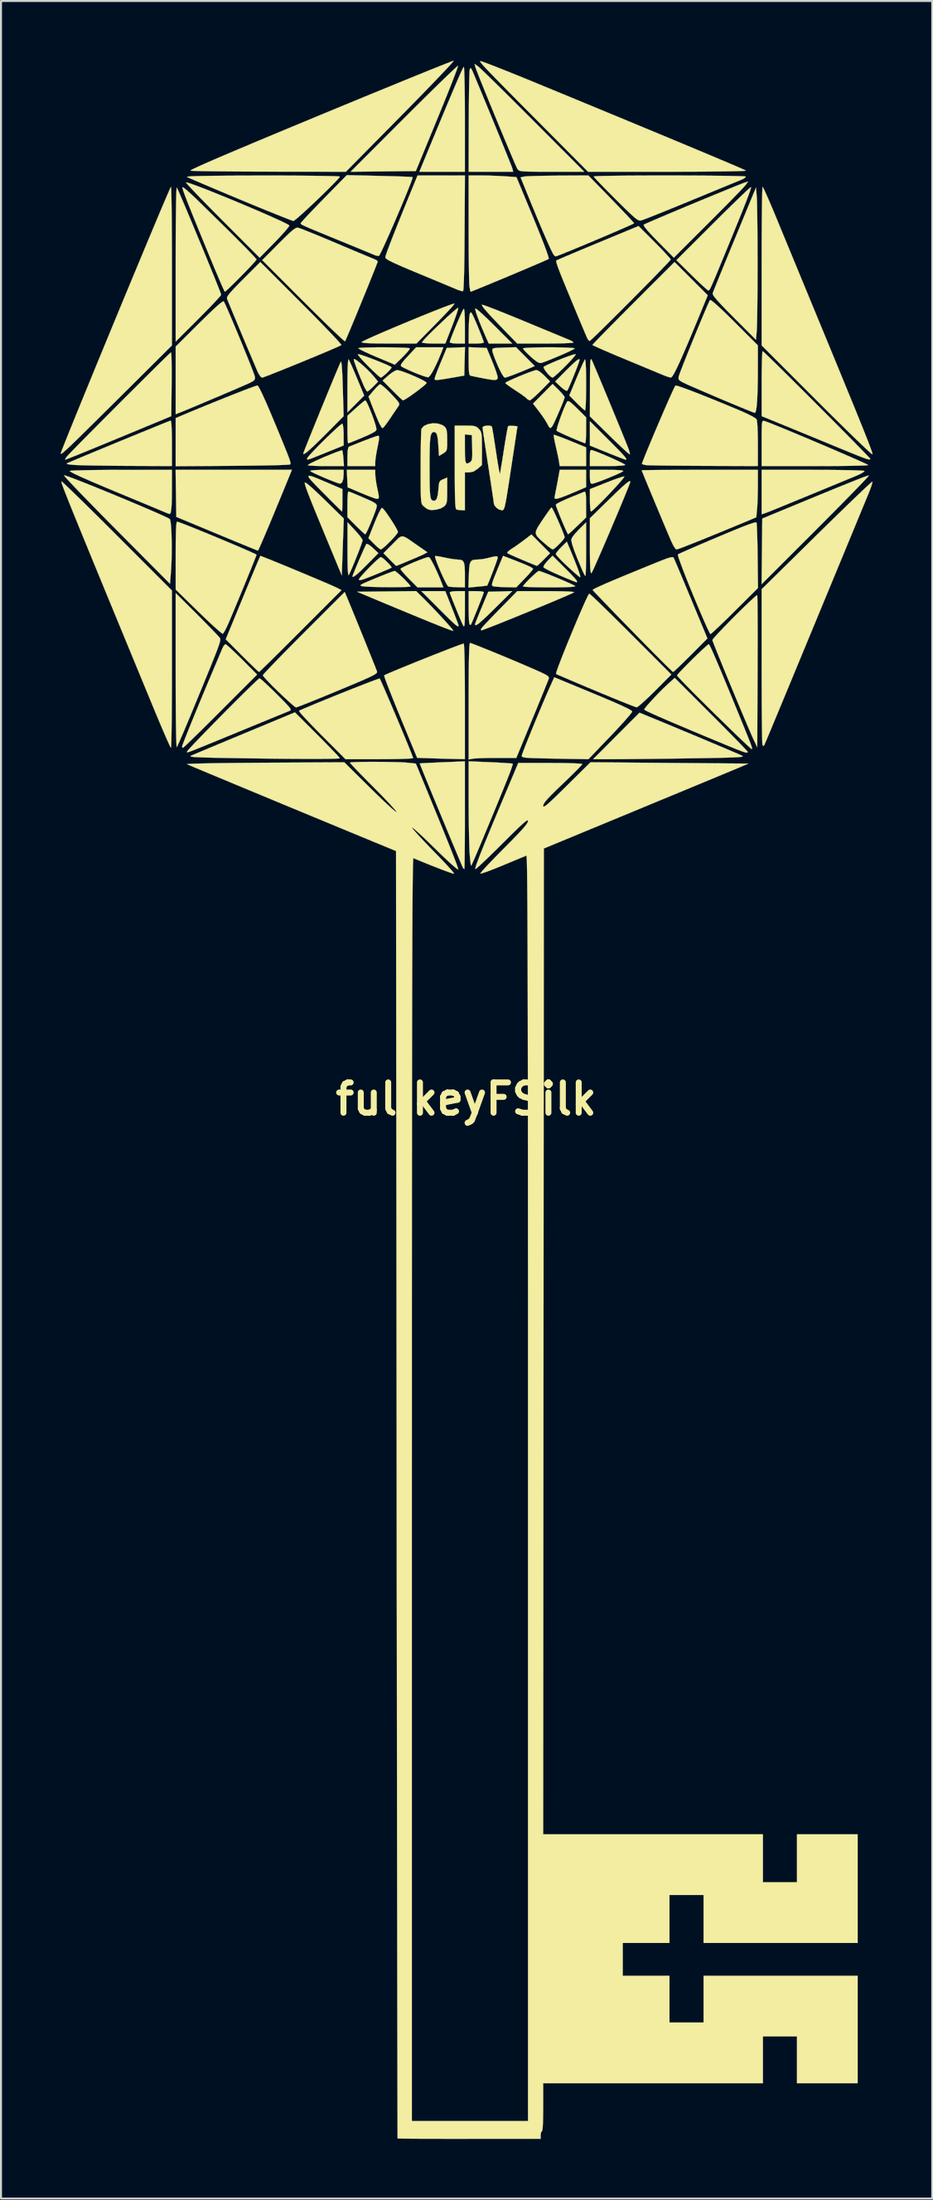
<source format=kicad_pcb>
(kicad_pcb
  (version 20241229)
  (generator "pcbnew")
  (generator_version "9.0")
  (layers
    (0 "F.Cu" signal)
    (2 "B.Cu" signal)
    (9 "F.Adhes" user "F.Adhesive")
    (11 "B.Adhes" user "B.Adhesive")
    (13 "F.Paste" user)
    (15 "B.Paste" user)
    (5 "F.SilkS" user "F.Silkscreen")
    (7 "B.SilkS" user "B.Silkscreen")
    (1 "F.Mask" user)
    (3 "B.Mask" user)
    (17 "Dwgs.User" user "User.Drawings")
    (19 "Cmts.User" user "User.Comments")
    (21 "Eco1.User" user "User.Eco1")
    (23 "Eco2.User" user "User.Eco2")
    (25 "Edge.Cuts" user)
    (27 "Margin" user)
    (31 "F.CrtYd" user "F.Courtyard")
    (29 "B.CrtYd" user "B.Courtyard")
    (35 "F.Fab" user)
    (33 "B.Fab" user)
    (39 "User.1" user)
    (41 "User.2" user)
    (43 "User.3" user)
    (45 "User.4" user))
  (footprint "fullkeyFSilk"
    (layer "F.Cu")
    (at 20.389 52.189)
    (property "Reference" "fullkeyFSilk" (at 0 0 0) (layer "F.SilkS") (effects (font (size 1.524 1.524) (thickness 0.3))))
    (attr through_hole)
    (fp_poly (pts (xy -5.912 -37.176) (xy -5.869 -37.099) (xy -5.788 -36.926) (xy -5.679 -36.68) (xy -5.552 -36.383) (xy -5.491 -36.236) (xy -5.127 -35.356) (xy -5.548 -34.935) (xy -5.969 -34.513) (xy -5.969 -35.875) (xy -5.966 -36.307) (xy -5.959 -36.666) (xy -5.948 -36.94) (xy -5.933 -37.114) (xy -5.916 -37.178) (xy -5.912 -37.176)) (stroke (width 0.01) (type solid)) (fill yes) (layer "F.SilkS"))
    (fp_poly (pts (xy 0.506 -39.715) (xy 0.63 -39.619) (xy 0.818 -39.452) (xy 1.059 -39.226) (xy 1.34 -38.951) (xy 1.396 -38.895) (xy 2.316 -37.973) (xy 1.136 -37.973) (xy 0.974 -38.338) (xy 0.804 -38.733) (xy 0.66 -39.086) (xy 0.55 -39.38) (xy 0.48 -39.597) (xy 0.456 -39.72) (xy 0.457 -39.73) (xy 0.506 -39.715)) (stroke (width 0.01) (type solid)) (fill yes) (layer "F.SilkS"))
    (fp_poly (pts (xy 1.452 -24.67) (xy 1.114 -24.339) (xy 0.855 -24.095) (xy 0.667 -23.93) (xy 0.541 -23.838) (xy 0.47 -23.814) (xy 0.446 -23.85) (xy 0.446 -23.86) (xy 0.47 -23.933) (xy 0.534 -24.1) (xy 0.63 -24.338) (xy 0.747 -24.624) (xy 0.779 -24.701) (xy 1.112 -25.495) (xy 2.318 -25.528) (xy 1.452 -24.67)) (stroke (width 0.01) (type solid)) (fill yes) (layer "F.SilkS"))
    (fp_poly (pts (xy 7.144 -33.147) (xy 7.475 -32.815) (xy 7.723 -32.561) (xy 7.897 -32.376) (xy 8.003 -32.25) (xy 8.051 -32.175) (xy 8.05 -32.14) (xy 8.017 -32.134) (xy 7.944 -32.158) (xy 7.776 -32.221) (xy 7.534 -32.315) (xy 7.24 -32.432) (xy 7.096 -32.49) (xy 6.223 -32.843) (xy 6.223 -34.066) (xy 7.144 -33.147)) (stroke (width 0.01) (type solid)) (fill yes) (layer "F.SilkS"))
    (fp_poly (pts (xy -1.65 -25.526) (xy -1.048 -25.526) (xy -0.714 -24.684) (xy -0.595 -24.379) (xy -0.495 -24.117) (xy -0.421 -23.92) (xy -0.384 -23.81) (xy -0.381 -23.796) (xy -0.393 -23.76) (xy -0.436 -23.767) (xy -0.521 -23.826) (xy -0.656 -23.943) (xy -0.852 -24.129) (xy -1.118 -24.392) (xy -1.365 -24.638) (xy -2.253 -25.527) (xy -1.65 -25.526)) (stroke (width 0.01) (type solid)) (fill yes) (layer "F.SilkS"))
    (fp_poly (pts (xy 6.032 -30.753) (xy 5.337 -30.458) (xy 4.979 -30.31) (xy 4.724 -30.216) (xy 4.558 -30.171) (xy 4.469 -30.172) (xy 4.445 -30.21) (xy 4.457 -30.292) (xy 4.487 -30.462) (xy 4.531 -30.686) (xy 4.534 -30.702) (xy 4.586 -30.966) (xy 4.633 -31.217) (xy 4.664 -31.385) (xy 4.705 -31.623) (xy 6.032 -31.623) (xy 6.032 -30.753)) (stroke (width 0.01) (type solid)) (fill yes) (layer "F.SilkS"))
    (fp_poly (pts (xy -6.16 -31.417) (xy -6.183 -31.147) (xy -6.245 -30.981) (xy -6.342 -30.929) (xy -6.439 -30.955) (xy -6.625 -31.021) (xy -6.871 -31.117) (xy -7.111 -31.217) (xy -7.382 -31.335) (xy -7.612 -31.441) (xy -7.773 -31.522) (xy -7.838 -31.562) (xy -7.806 -31.588) (xy -7.652 -31.608) (xy -7.382 -31.619) (xy -7.029 -31.623) (xy -6.16 -31.623) (xy -6.16 -31.417)) (stroke (width 0.01) (type solid)) (fill yes) (layer "F.SilkS"))
    (fp_poly (pts (xy -5.286 -31.623) (xy -4.572 -31.623) (xy -4.57 -31.385) (xy -4.554 -31.194) (xy -4.517 -30.941) (xy -4.477 -30.734) (xy -4.42 -30.465) (xy -4.393 -30.297) (xy -4.397 -30.207) (xy -4.432 -30.171) (xy -4.493 -30.167) (xy -4.593 -30.193) (xy -4.782 -30.259) (xy -5.031 -30.356) (xy -5.281 -30.459) (xy -5.959 -30.746) (xy -6.001 -31.623) (xy -5.286 -31.623)) (stroke (width 0.01) (type solid)) (fill yes) (layer "F.SilkS"))
    (fp_poly (pts (xy 4.471 -33.37) (xy 4.631 -33.316) (xy 4.864 -33.228) (xy 5.147 -33.116) (xy 5.233 -33.081) (xy 6.032 -32.752) (xy 6.032 -31.814) (xy 4.705 -31.814) (xy 4.668 -32.052) (xy 4.636 -32.227) (xy 4.583 -32.477) (xy 4.52 -32.756) (xy 4.505 -32.823) (xy 4.451 -33.066) (xy 4.415 -33.257) (xy 4.403 -33.368) (xy 4.405 -33.383) (xy 4.471 -33.37)) (stroke (width 0.01) (type solid)) (fill yes) (layer "F.SilkS"))
    (fp_poly (pts (xy -0.077 -37.075) (xy -0.095 -36.362) (xy -0.572 -36.278) (xy -0.95 -36.213) (xy -1.221 -36.169) (xy -1.402 -36.146) (xy -1.511 -36.141) (xy -1.566 -36.154) (xy -1.584 -36.184) (xy -1.585 -36.202) (xy -1.561 -36.292) (xy -1.496 -36.473) (xy -1.401 -36.719) (xy -1.285 -37.005) (xy -1.278 -37.02) (xy -0.974 -37.751) (xy -0.517 -37.769) (xy -0.059 -37.788) (xy -0.077 -37.075)) (stroke (width 0.01) (type solid)) (fill yes) (layer "F.SilkS"))
    (fp_poly (pts (xy -8.064 -30.973) (xy -7.934 -30.877) (xy -7.728 -30.699) (xy -7.453 -30.444) (xy -7.124 -30.128) (xy -6.153 -29.178) (xy -6.204 -27.75) (xy -6.255 -26.321) (xy -6.901 -27.877) (xy -7.187 -28.567) (xy -7.428 -29.15) (xy -7.626 -29.633) (xy -7.784 -30.026) (xy -7.908 -30.338) (xy -7.999 -30.578) (xy -8.061 -30.754) (xy -8.098 -30.875) (xy -8.114 -30.951) (xy -8.114 -30.982) (xy -8.064 -30.973)) (stroke (width 0.01) (type solid)) (fill yes) (layer "F.SilkS"))
    (fp_poly (pts (xy -4.945 -27.889) (xy -4.818 -27.807) (xy -4.689 -27.696) (xy -4.413 -27.438) (xy -4.953 -26.891) (xy -5.261 -26.586) (xy -5.489 -26.377) (xy -5.638 -26.264) (xy -5.708 -26.246) (xy -5.715 -26.266) (xy -5.691 -26.344) (xy -5.626 -26.51) (xy -5.532 -26.738) (xy -5.421 -27.001) (xy -5.304 -27.273) (xy -5.193 -27.525) (xy -5.099 -27.731) (xy -5.034 -27.865) (xy -5.013 -27.9) (xy -4.945 -27.889)) (stroke (width 0.01) (type solid)) (fill yes) (layer "F.SilkS"))
    (fp_poly (pts (xy -0.099 -39.682) (xy -0.08 -39.529) (xy -0.068 -39.262) (xy -0.064 -38.89) (xy -0.064 -38.875) (xy -0.064 -37.973) (xy -0.445 -37.973) (xy -0.661 -37.983) (xy -0.795 -38.012) (xy -0.826 -38.04) (xy -0.801 -38.128) (xy -0.737 -38.305) (xy -0.644 -38.542) (xy -0.533 -38.814) (xy -0.416 -39.091) (xy -0.304 -39.347) (xy -0.21 -39.555) (xy -0.144 -39.686) (xy -0.124 -39.716) (xy -0.099 -39.682)) (stroke (width 0.01) (type solid)) (fill yes) (layer "F.SilkS"))
    (fp_poly (pts (xy 7.474 -31.619) (xy 7.732 -31.607) (xy 7.873 -31.587) (xy 7.899 -31.559) (xy 7.898 -31.558) (xy 7.808 -31.503) (xy 7.629 -31.418) (xy 7.39 -31.314) (xy 7.12 -31.202) (xy 6.85 -31.096) (xy 6.608 -31.006) (xy 6.425 -30.945) (xy 6.334 -30.925) (xy 6.269 -30.946) (xy 6.235 -31.027) (xy 6.224 -31.197) (xy 6.223 -31.274) (xy 6.223 -31.623) (xy 7.093 -31.623) (xy 7.474 -31.619)) (stroke (width 0.01) (type solid)) (fill yes) (layer "F.SilkS"))
    (fp_poly (pts (xy -6.232 -32.605) (xy -6.21 -32.529) (xy -6.187 -32.365) (xy -6.172 -32.193) (xy -6.144 -31.814) (xy -7.03 -31.814) (xy -7.354 -31.816) (xy -7.631 -31.825) (xy -7.837 -31.837) (xy -7.948 -31.852) (xy -7.96 -31.857) (xy -7.92 -31.895) (xy -7.782 -31.972) (xy -7.565 -32.078) (xy -7.287 -32.203) (xy -7.134 -32.269) (xy -6.827 -32.396) (xy -6.564 -32.5) (xy -6.364 -32.572) (xy -6.25 -32.605) (xy -6.232 -32.605)) (stroke (width 0.01) (type solid)) (fill yes) (layer "F.SilkS"))
    (fp_poly (pts (xy -0.425 -51.864) (xy -0.484 -51.694) (xy -0.583 -51.43) (xy -0.716 -51.085) (xy -0.88 -50.67) (xy -1.069 -50.199) (xy -1.279 -49.681) (xy -1.45 -49.265) (xy -2.53 -46.641) (xy -5.81 -46.607) (xy -3.13 -49.288) (xy -2.648 -49.769) (xy -2.192 -50.221) (xy -1.771 -50.636) (xy -1.393 -51.007) (xy -1.064 -51.326) (xy -0.793 -51.585) (xy -0.589 -51.777) (xy -0.458 -51.895) (xy -0.41 -51.929) (xy -0.425 -51.864)) (stroke (width 0.01) (type solid)) (fill yes) (layer "F.SilkS"))
    (fp_poly (pts (xy -0.064 -24.638) (xy -0.065 -24.266) (xy -0.07 -24.007) (xy -0.08 -23.847) (xy -0.097 -23.77) (xy -0.123 -23.763) (xy -0.148 -23.797) (xy -0.193 -23.889) (xy -0.271 -24.067) (xy -0.371 -24.304) (xy -0.481 -24.573) (xy -0.592 -24.847) (xy -0.693 -25.099) (xy -0.771 -25.303) (xy -0.818 -25.432) (xy -0.826 -25.462) (xy -0.767 -25.498) (xy -0.614 -25.521) (xy -0.445 -25.527) (xy -0.064 -25.527) (xy -0.064 -24.638)) (stroke (width 0.01) (type solid)) (fill yes) (layer "F.SilkS"))
    (fp_poly (pts (xy 0.265 -39.521) (xy 0.333 -39.401) (xy 0.401 -39.257) (xy 0.493 -39.046) (xy 0.597 -38.798) (xy 0.7 -38.543) (xy 0.791 -38.31) (xy 0.858 -38.129) (xy 0.888 -38.031) (xy 0.889 -38.024) (xy 0.831 -37.997) (xy 0.681 -37.979) (xy 0.508 -37.973) (xy 0.127 -37.973) (xy 0.131 -38.656) (xy 0.138 -38.95) (xy 0.151 -39.206) (xy 0.17 -39.392) (xy 0.185 -39.465) (xy 0.224 -39.54) (xy 0.265 -39.521)) (stroke (width 0.01) (type solid)) (fill yes) (layer "F.SilkS"))
    (fp_poly (pts (xy 5.271 -27.517) (xy 5.456 -27.065) (xy 5.596 -26.703) (xy 5.69 -26.439) (xy 5.735 -26.278) (xy 5.73 -26.226) (xy 5.668 -26.267) (xy 5.533 -26.378) (xy 5.345 -26.544) (xy 5.121 -26.747) (xy 5.096 -26.771) (xy 4.873 -26.983) (xy 4.689 -27.17) (xy 4.561 -27.311) (xy 4.509 -27.389) (xy 4.508 -27.392) (xy 4.551 -27.475) (xy 4.661 -27.611) (xy 4.786 -27.742) (xy 5.064 -28.014) (xy 5.271 -27.517)) (stroke (width 0.01) (type solid)) (fill yes) (layer "F.SilkS"))
    (fp_poly (pts (xy 5.699 -37.135) (xy 5.682 -37.074) (xy 5.625 -36.907) (xy 5.54 -36.679) (xy 5.437 -36.418) (xy 5.33 -36.152) (xy 5.228 -35.91) (xy 5.145 -35.721) (xy 5.091 -35.613) (xy 5.082 -35.6) (xy 5.01 -35.61) (xy 4.879 -35.695) (xy 4.752 -35.804) (xy 4.477 -36.062) (xy 4.985 -36.577) (xy 5.199 -36.79) (xy 5.392 -36.973) (xy 5.538 -37.103) (xy 5.61 -37.157) (xy 5.691 -37.19) (xy 5.699 -37.135)) (stroke (width 0.01) (type solid)) (fill yes) (layer "F.SilkS"))
    (fp_poly (pts (xy 6.032 -27.636) (xy 6.031 -27.238) (xy 6.027 -26.887) (xy 6.02 -26.6) (xy 6.012 -26.397) (xy 6.002 -26.297) (xy 5.998 -26.289) (xy 5.956 -26.342) (xy 5.885 -26.478) (xy 5.834 -26.591) (xy 5.614 -27.113) (xy 5.451 -27.527) (xy 5.345 -27.837) (xy 5.294 -28.046) (xy 5.293 -28.147) (xy 5.354 -28.259) (xy 5.483 -28.424) (xy 5.653 -28.609) (xy 5.681 -28.636) (xy 6.032 -28.983) (xy 6.032 -27.636)) (stroke (width 0.01) (type solid)) (fill yes) (layer "F.SilkS"))
    (fp_poly (pts (xy -8.846 -31.417) (xy -9.152 -30.668) (xy -9.434 -29.984) (xy -9.688 -29.371) (xy -9.911 -28.836) (xy -10.102 -28.385) (xy -10.256 -28.026) (xy -10.371 -27.765) (xy -10.444 -27.608) (xy -10.472 -27.563) (xy -10.537 -27.588) (xy -10.706 -27.656) (xy -10.965 -27.761) (xy -11.3 -27.899) (xy -11.698 -28.063) (xy -12.144 -28.248) (xy -12.541 -28.413) (xy -14.573 -29.258) (xy -14.591 -30.441) (xy -14.608 -31.623) (xy -8.761 -31.623) (xy -8.846 -31.417)) (stroke (width 0.01) (type solid)) (fill yes) (layer "F.SilkS"))
    (fp_poly (pts (xy -7.735 -31.29) (xy -7.483 -31.193) (xy -7.126 -31.043) (xy -6.969 -30.976) (xy -6.223 -30.656) (xy -6.223 -30.092) (xy -6.225 -29.842) (xy -6.229 -29.649) (xy -6.236 -29.541) (xy -6.24 -29.527) (xy -6.287 -29.57) (xy -6.411 -29.69) (xy -6.596 -29.874) (xy -6.831 -30.108) (xy -7.1 -30.379) (xy -7.176 -30.456) (xy -7.506 -30.789) (xy -7.743 -31.038) (xy -7.887 -31.207) (xy -7.935 -31.302) (xy -7.885 -31.328) (xy -7.735 -31.29)) (stroke (width 0.01) (type solid)) (fill yes) (layer "F.SilkS"))
    (fp_poly (pts (xy -5.585 -28.582) (xy -5.414 -28.389) (xy -5.284 -28.223) (xy -5.214 -28.11) (xy -5.207 -28.086) (xy -5.23 -27.995) (xy -5.293 -27.813) (xy -5.384 -27.569) (xy -5.493 -27.291) (xy -5.608 -27.004) (xy -5.72 -26.736) (xy -5.816 -26.515) (xy -5.886 -26.368) (xy -5.913 -26.324) (xy -5.93 -26.365) (xy -5.945 -26.519) (xy -5.956 -26.771) (xy -5.963 -27.106) (xy -5.966 -27.51) (xy -5.966 -27.626) (xy -5.963 -28.988) (xy -5.585 -28.582)) (stroke (width 0.01) (type solid)) (fill yes) (layer "F.SilkS"))
    (fp_poly (pts (xy -5.501 -37.124) (xy -5.342 -37.001) (xy -5.155 -36.84) (xy -4.96 -36.657) (xy -4.776 -36.471) (xy -4.627 -36.301) (xy -4.43 -36.057) (xy -4.673 -35.808) (xy -4.816 -35.671) (xy -4.927 -35.58) (xy -4.968 -35.56) (xy -5.021 -35.613) (xy -5.099 -35.75) (xy -5.152 -35.862) (xy -5.309 -36.233) (xy -5.445 -36.571) (xy -5.552 -36.855) (xy -5.624 -37.066) (xy -5.651 -37.181) (xy -5.652 -37.185) (xy -5.61 -37.191) (xy -5.501 -37.124)) (stroke (width 0.01) (type solid)) (fill yes) (layer "F.SilkS"))
    (fp_poly (pts (xy -4.385 -33.317) (xy -4.375 -33.241) (xy -4.393 -33.088) (xy -4.441 -32.838) (xy -4.453 -32.782) (xy -4.507 -32.504) (xy -4.548 -32.249) (xy -4.569 -32.061) (xy -4.571 -32.02) (xy -4.572 -31.814) (xy -5.969 -31.814) (xy -5.969 -32.283) (xy -5.958 -32.572) (xy -5.925 -32.74) (xy -5.89 -32.785) (xy -5.496 -32.945) (xy -5.138 -33.086) (xy -4.832 -33.203) (xy -4.599 -33.287) (xy -4.455 -33.332) (xy -4.423 -33.337) (xy -4.385 -33.317)) (stroke (width 0.01) (type solid)) (fill yes) (layer "F.SilkS"))
    (fp_poly (pts (xy 0.709 -25.519) (xy 0.847 -25.499) (xy 0.889 -25.475) (xy 0.867 -25.402) (xy 0.806 -25.239) (xy 0.719 -25.012) (xy 0.616 -24.75) (xy 0.507 -24.478) (xy 0.403 -24.223) (xy 0.316 -24.013) (xy 0.255 -23.875) (xy 0.234 -23.834) (xy 0.178 -23.847) (xy 0.169 -23.855) (xy 0.153 -23.931) (xy 0.14 -24.109) (xy 0.131 -24.363) (xy 0.127 -24.667) (xy 0.127 -24.712) (xy 0.127 -25.527) (xy 0.508 -25.527) (xy 0.709 -25.519)) (stroke (width 0.01) (type solid)) (fill yes) (layer "F.SilkS"))
    (fp_poly (pts (xy 1.032 -37.751) (xy 1.308 -37.084) (xy 1.419 -36.803) (xy 1.509 -36.552) (xy 1.568 -36.363) (xy 1.585 -36.274) (xy 1.573 -36.198) (xy 1.521 -36.154) (xy 1.411 -36.141) (xy 1.223 -36.16) (xy 0.939 -36.209) (xy 0.762 -36.244) (xy 0.522 -36.292) (xy 0.327 -36.332) (xy 0.214 -36.358) (xy 0.206 -36.36) (xy 0.168 -36.412) (xy 0.143 -36.554) (xy 0.13 -36.799) (xy 0.127 -37.085) (xy 0.127 -37.788) (xy 1.032 -37.751)) (stroke (width 0.01) (type solid)) (fill yes) (layer "F.SilkS"))
    (fp_poly (pts (xy 4.65 -35.641) (xy 4.804 -35.48) (xy 4.913 -35.346) (xy 4.953 -35.272) (xy 4.929 -35.187) (xy 4.865 -35.014) (xy 4.771 -34.784) (xy 4.708 -34.635) (xy 4.547 -34.263) (xy 4.427 -33.997) (xy 4.339 -33.827) (xy 4.272 -33.742) (xy 4.218 -33.73) (xy 4.166 -33.783) (xy 4.106 -33.89) (xy 4.072 -33.957) (xy 3.97 -34.129) (xy 3.82 -34.351) (xy 3.656 -34.573) (xy 3.363 -34.951) (xy 4.346 -35.94) (xy 4.65 -35.641)) (stroke (width 0.01) (type solid)) (fill yes) (layer "F.SilkS"))
    (fp_poly (pts (xy 4.967 -26.688) (xy 5.241 -26.412) (xy 5.43 -26.212) (xy 5.541 -26.079) (xy 5.583 -26.004) (xy 5.564 -25.976) (xy 5.54 -25.977) (xy 5.467 -26.002) (xy 5.301 -26.068) (xy 5.063 -26.166) (xy 4.778 -26.286) (xy 4.701 -26.319) (xy 4.409 -26.448) (xy 4.161 -26.566) (xy 3.981 -26.662) (xy 3.89 -26.724) (xy 3.884 -26.732) (xy 3.911 -26.817) (xy 4.008 -26.952) (xy 4.102 -27.058) (xy 4.346 -27.307) (xy 4.967 -26.688)) (stroke (width 0.01) (type solid)) (fill yes) (layer "F.SilkS"))
    (fp_poly (pts (xy 6.339 -32.611) (xy 6.366 -32.603) (xy 6.545 -32.539) (xy 6.781 -32.445) (xy 7.05 -32.332) (xy 7.326 -32.211) (xy 7.583 -32.093) (xy 7.799 -31.99) (xy 7.946 -31.912) (xy 8.001 -31.871) (xy 8.001 -31.871) (xy 7.941 -31.85) (xy 7.777 -31.833) (xy 7.532 -31.82) (xy 7.227 -31.814) (xy 7.112 -31.814) (xy 6.223 -31.814) (xy 6.223 -32.231) (xy 6.225 -32.453) (xy 6.239 -32.573) (xy 6.274 -32.618) (xy 6.339 -32.611)) (stroke (width 0.01) (type solid)) (fill yes) (layer "F.SilkS"))
    (fp_poly (pts (xy -3.898 -37.78) (xy -3.56 -37.775) (xy -3.262 -37.767) (xy -3.026 -37.756) (xy -2.875 -37.742) (xy -2.833 -37.73) (xy -2.86 -37.665) (xy -2.962 -37.537) (xy -3.118 -37.369) (xy -3.194 -37.293) (xy -3.588 -36.909) (xy -4.525 -37.303) (xy -4.838 -37.439) (xy -5.101 -37.559) (xy -5.296 -37.656) (xy -5.404 -37.72) (xy -5.419 -37.74) (xy -5.343 -37.755) (xy -5.164 -37.767) (xy -4.907 -37.775) (xy -4.594 -37.78) (xy -4.25 -37.782) (xy -3.898 -37.78)) (stroke (width 0.01) (type solid)) (fill yes) (layer "F.SilkS"))
    (fp_poly (pts (xy -1.82 -27.186) (xy -1.728 -27.035) (xy -1.61 -26.81) (xy -1.48 -26.534) (xy -1.346 -26.229) (xy -1.221 -25.917) (xy -1.212 -25.892) (xy -1.146 -25.718) (xy -2.448 -25.718) (xy -2.875 -26.148) (xy -3.06 -26.34) (xy -3.204 -26.504) (xy -3.288 -26.615) (xy -3.302 -26.645) (xy -3.247 -26.69) (xy -3.101 -26.767) (xy -2.891 -26.864) (xy -2.647 -26.97) (xy -2.395 -27.072) (xy -2.163 -27.159) (xy -1.981 -27.22) (xy -1.877 -27.241) (xy -1.82 -27.186)) (stroke (width 0.01) (type solid)) (fill yes) (layer "F.SilkS"))
    (fp_poly (pts (xy -0.411 -39.686) (xy -0.464 -39.51) (xy -0.55 -39.262) (xy -0.661 -38.965) (xy -0.711 -38.835) (xy -1.047 -37.973) (xy -1.635 -37.973) (xy -1.89 -37.979) (xy -2.09 -37.993) (xy -2.205 -38.015) (xy -2.223 -38.028) (xy -2.18 -38.093) (xy -2.063 -38.223) (xy -1.889 -38.404) (xy -1.673 -38.619) (xy -1.432 -38.852) (xy -1.184 -39.089) (xy -0.944 -39.313) (xy -0.728 -39.508) (xy -0.554 -39.659) (xy -0.438 -39.75) (xy -0.397 -39.767) (xy -0.411 -39.686)) (stroke (width 0.01) (type solid)) (fill yes) (layer "F.SilkS"))
    (fp_poly (pts (xy -0.106 -51.818) (xy -0.096 -51.643) (xy -0.086 -51.367) (xy -0.078 -51.004) (xy -0.071 -50.567) (xy -0.066 -50.069) (xy -0.064 -49.522) (xy -0.064 -49.244) (xy -0.064 -46.609) (xy -2.351 -46.609) (xy -2.266 -46.815) (xy -1.87 -47.776) (xy -1.519 -48.623) (xy -1.213 -49.361) (xy -0.948 -49.995) (xy -0.724 -50.529) (xy -0.538 -50.967) (xy -0.388 -51.314) (xy -0.273 -51.575) (xy -0.191 -51.753) (xy -0.139 -51.853) (xy -0.118 -51.88) (xy -0.106 -51.818)) (stroke (width 0.01) (type solid)) (fill yes) (layer "F.SilkS"))
    (fp_poly (pts (xy 3.448 -36.84) (xy 3.2 -36.734) (xy 2.826 -36.578) (xy 2.493 -36.445) (xy 2.222 -36.343) (xy 2.03 -36.278) (xy 1.942 -36.258) (xy 1.881 -36.314) (xy 1.786 -36.463) (xy 1.673 -36.683) (xy 1.596 -36.851) (xy 1.483 -37.118) (xy 1.392 -37.357) (xy 1.333 -37.533) (xy 1.319 -37.597) (xy 1.316 -37.668) (xy 1.34 -37.714) (xy 1.417 -37.741) (xy 1.567 -37.756) (xy 1.815 -37.766) (xy 1.905 -37.769) (xy 2.508 -37.786) (xy 3.448 -36.84)) (stroke (width 0.01) (type solid)) (fill yes) (layer "F.SilkS"))
    (fp_poly (pts (xy 7.953 -31.29) (xy 7.932 -31.241) (xy 7.836 -31.119) (xy 7.683 -30.942) (xy 7.487 -30.726) (xy 7.264 -30.487) (xy 7.032 -30.243) (xy 6.805 -30.011) (xy 6.599 -29.807) (xy 6.431 -29.647) (xy 6.317 -29.55) (xy 6.277 -29.527) (xy 6.253 -29.586) (xy 6.235 -29.743) (xy 6.224 -29.97) (xy 6.223 -30.091) (xy 6.223 -30.654) (xy 7.051 -30.984) (xy 7.355 -31.102) (xy 7.62 -31.197) (xy 7.822 -31.263) (xy 7.938 -31.29) (xy 7.953 -31.29)) (stroke (width 0.01) (type solid)) (fill yes) (layer "F.SilkS"))
    (fp_poly (pts (xy -2.141 -25.163) (xy -1.922 -24.943) (xy -1.681 -24.695) (xy -1.435 -24.435) (xy -1.197 -24.179) (xy -0.984 -23.945) (xy -0.811 -23.748) (xy -0.692 -23.606) (xy -0.643 -23.534) (xy -0.643 -23.529) (xy -0.707 -23.545) (xy -0.87 -23.602) (xy -1.115 -23.694) (xy -1.423 -23.815) (xy -1.778 -23.958) (xy -1.874 -23.997) (xy -2.353 -24.193) (xy -2.898 -24.418) (xy -3.458 -24.65) (xy -3.984 -24.869) (xy -4.28 -24.992) (xy -5.481 -25.495) (xy -2.514 -25.529) (xy -2.141 -25.163)) (stroke (width 0.01) (type solid)) (fill yes) (layer "F.SilkS"))
    (fp_poly (pts (xy -1.276 -37.449) (xy -1.419 -37.104) (xy -1.564 -36.795) (xy -1.698 -36.541) (xy -1.812 -36.362) (xy -1.895 -36.279) (xy -1.905 -36.276) (xy -2.001 -36.293) (xy -2.184 -36.351) (xy -2.423 -36.44) (xy -2.597 -36.51) (xy -2.855 -36.621) (xy -3.071 -36.721) (xy -3.216 -36.796) (xy -3.259 -36.825) (xy -3.283 -36.866) (xy -3.271 -36.924) (xy -3.211 -37.016) (xy -3.093 -37.158) (xy -2.904 -37.365) (xy -2.766 -37.513) (xy -2.514 -37.782) (xy -1.145 -37.782) (xy -1.276 -37.449)) (stroke (width 0.01) (type solid)) (fill yes) (layer "F.SilkS"))
    (fp_poly (pts (xy 5.994 -37.136) (xy 6.01 -36.981) (xy 6.022 -36.721) (xy 6.03 -36.368) (xy 6.032 -35.933) (xy 6.032 -35.922) (xy 6.03 -35.529) (xy 6.024 -35.183) (xy 6.014 -34.902) (xy 6.002 -34.706) (xy 5.987 -34.613) (xy 5.983 -34.608) (xy 5.918 -34.65) (xy 5.79 -34.762) (xy 5.621 -34.924) (xy 5.56 -34.985) (xy 5.187 -35.362) (xy 5.552 -36.239) (xy 5.684 -36.551) (xy 5.803 -36.822) (xy 5.898 -37.031) (xy 5.96 -37.154) (xy 5.975 -37.176) (xy 5.994 -37.136)) (stroke (width 0.01) (type solid)) (fill yes) (layer "F.SilkS"))
    (fp_poly (pts (xy -3.04 -28.227) (xy -2.86 -28.113) (xy -2.606 -27.936) (xy -2.441 -27.82) (xy -1.948 -27.478) (xy -2.133 -27.381) (xy -2.236 -27.332) (xy -2.417 -27.253) (xy -2.647 -27.154) (xy -2.896 -27.049) (xy -3.137 -26.948) (xy -3.34 -26.865) (xy -3.478 -26.811) (xy -3.521 -26.797) (xy -3.566 -26.839) (xy -3.676 -26.948) (xy -3.83 -27.102) (xy -3.843 -27.115) (xy -4.156 -27.434) (xy -3.697 -27.893) (xy -3.518 -28.076) (xy -3.388 -28.202) (xy -3.28 -28.27) (xy -3.173 -28.279) (xy -3.04 -28.227)) (stroke (width 0.01) (type solid)) (fill yes) (layer "F.SilkS"))
    (fp_poly (pts (xy 2.245 -27.151) (xy 2.69 -26.978) (xy 3.02 -26.842) (xy 3.238 -26.741) (xy 3.348 -26.673) (xy 3.365 -26.648) (xy 3.324 -26.582) (xy 3.213 -26.448) (xy 3.051 -26.27) (xy 2.942 -26.156) (xy 2.519 -25.718) (xy 2.037 -25.726) (xy 1.782 -25.734) (xy 1.561 -25.747) (xy 1.418 -25.761) (xy 1.41 -25.763) (xy 1.345 -25.779) (xy 1.307 -25.809) (xy 1.3 -25.872) (xy 1.327 -25.985) (xy 1.392 -26.167) (xy 1.5 -26.436) (xy 1.601 -26.683) (xy 1.855 -27.299) (xy 2.245 -27.151)) (stroke (width 0.01) (type solid)) (fill yes) (layer "F.SilkS"))
    (fp_poly (pts (xy 3.75 -27.905) (xy 4.219 -27.433) (xy 3.906 -27.115) (xy 3.746 -26.958) (xy 3.623 -26.845) (xy 3.56 -26.8) (xy 3.558 -26.8) (xy 3.49 -26.824) (xy 3.329 -26.889) (xy 3.098 -26.984) (xy 2.823 -27.099) (xy 2.814 -27.103) (xy 2.536 -27.222) (xy 2.301 -27.326) (xy 2.135 -27.404) (xy 2.062 -27.445) (xy 2.061 -27.445) (xy 2.086 -27.498) (xy 2.194 -27.591) (xy 2.296 -27.659) (xy 2.497 -27.793) (xy 2.739 -27.964) (xy 2.927 -28.104) (xy 3.282 -28.376) (xy 3.75 -27.905)) (stroke (width 0.01) (type solid)) (fill yes) (layer "F.SilkS"))
    (fp_poly (pts (xy 5.484 -37.38) (xy 5.385 -37.257) (xy 5.233 -37.089) (xy 5.048 -36.895) (xy 4.85 -36.697) (xy 4.659 -36.515) (xy 4.496 -36.368) (xy 4.38 -36.278) (xy 4.34 -36.258) (xy 4.258 -36.304) (xy 4.135 -36.42) (xy 4.068 -36.496) (xy 3.958 -36.645) (xy 3.897 -36.758) (xy 3.892 -36.79) (xy 3.955 -36.836) (xy 4.11 -36.913) (xy 4.329 -37.011) (xy 4.586 -37.119) (xy 4.855 -37.226) (xy 5.108 -37.321) (xy 5.32 -37.394) (xy 5.463 -37.435) (xy 5.51 -37.437) (xy 5.484 -37.38)) (stroke (width 0.01) (type solid)) (fill yes) (layer "F.SilkS"))
    (fp_poly (pts (xy -6.194 -33.864) (xy -6.172 -33.691) (xy -6.16 -33.457) (xy -6.16 -33.375) (xy -6.16 -32.849) (xy -7.046 -32.49) (xy -7.401 -32.347) (xy -7.654 -32.246) (xy -7.824 -32.182) (xy -7.927 -32.149) (xy -7.979 -32.143) (xy -7.998 -32.159) (xy -8.001 -32.19) (xy -8.001 -32.19) (xy -7.958 -32.259) (xy -7.841 -32.396) (xy -7.667 -32.584) (xy -7.452 -32.806) (xy -7.213 -33.046) (xy -6.967 -33.287) (xy -6.731 -33.513) (xy -6.522 -33.707) (xy -6.357 -33.852) (xy -6.252 -33.932) (xy -6.224 -33.942) (xy -6.194 -33.864)) (stroke (width 0.01) (type solid)) (fill yes) (layer "F.SilkS"))
    (fp_poly (pts (xy -4.17 -29.664) (xy -4.062 -29.529) (xy -3.925 -29.339) (xy -3.777 -29.119) (xy -3.636 -28.898) (xy -3.52 -28.7) (xy -3.446 -28.555) (xy -3.429 -28.497) (xy -3.472 -28.417) (xy -3.585 -28.279) (xy -3.741 -28.109) (xy -3.915 -27.932) (xy -4.082 -27.775) (xy -4.216 -27.663) (xy -4.291 -27.622) (xy -4.366 -27.665) (xy -4.497 -27.775) (xy -4.634 -27.907) (xy -4.913 -28.191) (xy -4.61 -28.954) (xy -4.491 -29.24) (xy -4.382 -29.476) (xy -4.294 -29.642) (xy -4.238 -29.714) (xy -4.233 -29.715) (xy -4.17 -29.664)) (stroke (width 0.01) (type solid)) (fill yes) (layer "F.SilkS"))
    (fp_poly (pts (xy -3.341 -36.612) (xy -3.141 -36.547) (xy -2.897 -36.454) (xy -2.636 -36.345) (xy -2.386 -36.232) (xy -2.176 -36.128) (xy -2.032 -36.044) (xy -1.984 -35.997) (xy -2.028 -35.938) (xy -2.152 -35.828) (xy -2.332 -35.684) (xy -2.542 -35.526) (xy -2.757 -35.371) (xy -2.952 -35.239) (xy -3.103 -35.148) (xy -3.18 -35.115) (xy -3.234 -35.158) (xy -3.358 -35.272) (xy -3.532 -35.441) (xy -3.705 -35.614) (xy -4.201 -36.112) (xy -3.901 -36.376) (xy -3.722 -36.515) (xy -3.56 -36.61) (xy -3.468 -36.637) (xy -3.341 -36.612)) (stroke (width 0.01) (type solid)) (fill yes) (layer "F.SilkS"))
    (fp_poly (pts (xy -5.378 -37.428) (xy -5.218 -37.38) (xy -4.994 -37.303) (xy -4.731 -37.205) (xy -4.456 -37.098) (xy -4.193 -36.992) (xy -3.971 -36.896) (xy -3.813 -36.821) (xy -3.747 -36.777) (xy -3.747 -36.774) (xy -3.79 -36.702) (xy -3.899 -36.582) (xy -4.038 -36.447) (xy -4.174 -36.331) (xy -4.271 -36.264) (xy -4.29 -36.258) (xy -4.356 -36.301) (xy -4.492 -36.418) (xy -4.678 -36.591) (xy -4.895 -36.803) (xy -4.919 -36.828) (xy -5.13 -37.045) (xy -5.299 -37.231) (xy -5.41 -37.366) (xy -5.449 -37.433) (xy -5.448 -37.436) (xy -5.378 -37.428)) (stroke (width 0.01) (type solid)) (fill yes) (layer "F.SilkS"))
    (fp_poly (pts (xy -5.024 -35.06) (xy -4.946 -34.911) (xy -4.853 -34.697) (xy -4.753 -34.447) (xy -4.657 -34.188) (xy -4.578 -33.949) (xy -4.525 -33.757) (xy -4.508 -33.652) (xy -4.546 -33.584) (xy -4.668 -33.499) (xy -4.885 -33.389) (xy -5.205 -33.249) (xy -5.479 -33.135) (xy -5.708 -33.042) (xy -5.868 -32.979) (xy -5.935 -32.956) (xy -5.949 -33.016) (xy -5.96 -33.176) (xy -5.967 -33.412) (xy -5.969 -33.65) (xy -5.969 -34.343) (xy -5.541 -34.729) (xy -5.348 -34.9) (xy -5.191 -35.032) (xy -5.092 -35.106) (xy -5.073 -35.115) (xy -5.024 -35.06)) (stroke (width 0.01) (type solid)) (fill yes) (layer "F.SilkS"))
    (fp_poly (pts (xy -4.213 -27.202) (xy -4.092 -27.103) (xy -3.957 -26.974) (xy -3.836 -26.846) (xy -3.76 -26.746) (xy -3.751 -26.709) (xy -3.819 -26.673) (xy -3.978 -26.603) (xy -4.198 -26.509) (xy -4.452 -26.404) (xy -4.711 -26.298) (xy -4.947 -26.205) (xy -5.132 -26.135) (xy -5.159 -26.125) (xy -5.33 -26.079) (xy -5.396 -26.1) (xy -5.397 -26.109) (xy -5.355 -26.183) (xy -5.241 -26.32) (xy -5.078 -26.499) (xy -4.888 -26.698) (xy -4.693 -26.894) (xy -4.514 -27.064) (xy -4.373 -27.187) (xy -4.292 -27.241) (xy -4.288 -27.241) (xy -4.213 -27.202)) (stroke (width 0.01) (type solid)) (fill yes) (layer "F.SilkS"))
    (fp_poly (pts (xy 5.99 -30.509) (xy 6.015 -30.415) (xy 6.028 -30.226) (xy 6.032 -29.927) (xy 6.032 -29.894) (xy 6.032 -29.231) (xy 5.594 -28.808) (xy 5.403 -28.626) (xy 5.248 -28.483) (xy 5.149 -28.399) (xy 5.126 -28.384) (xy 5.092 -28.44) (xy 5.02 -28.589) (xy 4.921 -28.812) (xy 4.805 -29.083) (xy 4.802 -29.09) (xy 4.688 -29.371) (xy 4.595 -29.611) (xy 4.531 -29.785) (xy 4.508 -29.869) (xy 4.567 -29.922) (xy 4.738 -30.014) (xy 5.012 -30.14) (xy 5.382 -30.297) (xy 5.839 -30.481) (xy 5.953 -30.526) (xy 5.99 -30.509)) (stroke (width 0.01) (type solid)) (fill yes) (layer "F.SilkS"))
    (fp_poly (pts (xy 20.247 -31.336) (xy 20.21 -31.286) (xy 20.09 -31.155) (xy 19.896 -30.949) (xy 19.634 -30.677) (xy 19.313 -30.348) (xy 18.94 -29.967) (xy 18.522 -29.545) (xy 18.068 -29.088) (xy 17.585 -28.603) (xy 17.57 -28.588) (xy 14.857 -25.876) (xy 14.874 -27.526) (xy 14.891 -29.176) (xy 15.526 -29.439) (xy 16.41 -29.804) (xy 17.184 -30.124) (xy 17.854 -30.399) (xy 18.426 -30.634) (xy 18.906 -30.829) (xy 19.302 -30.989) (xy 19.618 -31.115) (xy 19.863 -31.21) (xy 20.041 -31.277) (xy 20.161 -31.318) (xy 20.227 -31.337) (xy 20.247 -31.336)) (stroke (width 0.01) (type solid)) (fill yes) (layer "F.SilkS"))
    (fp_poly (pts (xy -1.329 -27.265) (xy -1.111 -27.221) (xy -1.087 -27.216) (xy -0.83 -27.164) (xy -0.591 -27.128) (xy -0.429 -27.114) (xy -0.275 -27.103) (xy -0.171 -27.054) (xy -0.108 -26.947) (xy -0.075 -26.763) (xy -0.064 -26.48) (xy -0.064 -26.34) (xy -0.064 -25.718) (xy -0.429 -25.725) (xy -0.647 -25.733) (xy -0.822 -25.748) (xy -0.893 -25.759) (xy -0.947 -25.822) (xy -1.033 -25.974) (xy -1.139 -26.189) (xy -1.254 -26.44) (xy -1.366 -26.699) (xy -1.463 -26.94) (xy -1.533 -27.136) (xy -1.565 -27.26) (xy -1.562 -27.288) (xy -1.49 -27.289) (xy -1.329 -27.265)) (stroke (width 0.01) (type solid)) (fill yes) (layer "F.SilkS"))
    (fp_poly (pts (xy 0.246 -51.801) (xy 0.302 -51.702) (xy 0.39 -51.498) (xy 0.393 -51.491) (xy 0.679 -50.805) (xy 0.955 -50.139) (xy 1.217 -49.503) (xy 1.462 -48.909) (xy 1.685 -48.365) (xy 1.881 -47.884) (xy 2.047 -47.474) (xy 2.178 -47.147) (xy 2.27 -46.913) (xy 2.319 -46.782) (xy 2.325 -46.763) (xy 2.363 -46.609) (xy 0.127 -46.609) (xy 0.133 -49.101) (xy 0.136 -49.657) (xy 0.14 -50.178) (xy 0.146 -50.648) (xy 0.153 -51.054) (xy 0.161 -51.379) (xy 0.17 -51.611) (xy 0.18 -51.734) (xy 0.182 -51.745) (xy 0.21 -51.811) (xy 0.246 -51.801)) (stroke (width 0.01) (type solid)) (fill yes) (layer "F.SilkS"))
    (fp_poly (pts (xy 1.58 -27.254) (xy 1.587 -27.207) (xy 1.566 -27.125) (xy 1.508 -26.956) (xy 1.426 -26.729) (xy 1.331 -26.476) (xy 1.234 -26.227) (xy 1.148 -26.011) (xy 1.083 -25.86) (xy 1.055 -25.805) (xy 0.993 -25.796) (xy 0.837 -25.779) (xy 0.618 -25.757) (xy 0.581 -25.753) (xy 0.115 -25.709) (xy 0.137 -26.35) (xy 0.152 -26.672) (xy 0.181 -26.888) (xy 0.234 -27.019) (xy 0.324 -27.086) (xy 0.463 -27.111) (xy 0.572 -27.114) (xy 0.798 -27.132) (xy 1.016 -27.172) (xy 1.284 -27.239) (xy 1.451 -27.274) (xy 1.543 -27.279) (xy 1.58 -27.254)) (stroke (width 0.01) (type solid)) (fill yes) (layer "F.SilkS"))
    (fp_poly (pts (xy 3.748 -26.519) (xy 3.927 -26.454) (xy 4.17 -26.36) (xy 4.449 -26.246) (xy 4.74 -26.125) (xy 5.016 -26.006) (xy 5.25 -25.902) (xy 5.416 -25.823) (xy 5.487 -25.781) (xy 5.45 -25.757) (xy 5.287 -25.739) (xy 4.998 -25.726) (xy 4.584 -25.719) (xy 4.204 -25.718) (xy 3.806 -25.72) (xy 3.454 -25.725) (xy 3.168 -25.734) (xy 2.966 -25.745) (xy 2.865 -25.758) (xy 2.857 -25.763) (xy 2.901 -25.835) (xy 3.013 -25.964) (xy 3.168 -26.123) (xy 3.337 -26.286) (xy 3.495 -26.428) (xy 3.613 -26.521) (xy 3.658 -26.543) (xy 3.748 -26.519)) (stroke (width 0.01) (type solid)) (fill yes) (layer "F.SilkS"))
    (fp_poly (pts (xy 5.198 -35.053) (xy 5.32 -34.958) (xy 5.505 -34.784) (xy 5.586 -34.704) (xy 6.032 -34.262) (xy 6.032 -33.609) (xy 6.028 -33.339) (xy 6.017 -33.124) (xy 6 -32.99) (xy 5.985 -32.959) (xy 5.911 -32.983) (xy 5.746 -33.049) (xy 5.514 -33.144) (xy 5.271 -33.248) (xy 5 -33.367) (xy 4.773 -33.472) (xy 4.614 -33.55) (xy 4.551 -33.588) (xy 4.555 -33.66) (xy 4.598 -33.821) (xy 4.669 -34.043) (xy 4.759 -34.298) (xy 4.856 -34.557) (xy 4.952 -34.792) (xy 5.036 -34.975) (xy 5.078 -35.052) (xy 5.122 -35.081) (xy 5.198 -35.053)) (stroke (width 0.01) (type solid)) (fill yes) (layer "F.SilkS"))
    (fp_poly (pts (xy 17.987 -31.622) (xy 18.507 -31.618) (xy 18.972 -31.612) (xy 19.369 -31.604) (xy 19.685 -31.594) (xy 19.906 -31.583) (xy 20.018 -31.572) (xy 20.03 -31.567) (xy 19.992 -31.519) (xy 19.862 -31.44) (xy 19.664 -31.346) (xy 19.605 -31.321) (xy 18.737 -30.962) (xy 17.98 -30.65) (xy 17.327 -30.38) (xy 16.77 -30.151) (xy 16.304 -29.959) (xy 15.921 -29.802) (xy 15.614 -29.677) (xy 15.377 -29.581) (xy 15.203 -29.511) (xy 15.085 -29.465) (xy 15.016 -29.44) (xy 15.002 -29.435) (xy 14.859 -29.392) (xy 14.859 -31.623) (xy 17.427 -31.623) (xy 17.987 -31.622)) (stroke (width 0.01) (type solid)) (fill yes) (layer "F.SilkS"))
    (fp_poly (pts (xy -6.28 -37.032) (xy -6.258 -36.886) (xy -6.238 -36.618) (xy -6.219 -36.23) (xy -6.202 -35.74) (xy -6.161 -34.322) (xy -7.002 -33.476) (xy -7.388 -33.092) (xy -7.692 -32.797) (xy -7.921 -32.589) (xy -8.077 -32.463) (xy -8.166 -32.415) (xy -8.191 -32.437) (xy -8.168 -32.506) (xy -8.103 -32.677) (xy -8.001 -32.934) (xy -7.87 -33.261) (xy -7.715 -33.644) (xy -7.544 -34.065) (xy -7.363 -34.511) (xy -7.177 -34.964) (xy -6.994 -35.411) (xy -6.819 -35.834) (xy -6.66 -36.218) (xy -6.522 -36.548) (xy -6.411 -36.808) (xy -6.335 -36.983) (xy -6.303 -37.053) (xy -6.28 -37.032)) (stroke (width 0.01) (type solid)) (fill yes) (layer "F.SilkS"))
    (fp_poly (pts (xy -5.848 -30.514) (xy -5.682 -30.448) (xy -5.449 -30.351) (xy -5.175 -30.234) (xy -4.877 -30.103) (xy -4.678 -30.006) (xy -4.559 -29.932) (xy -4.504 -29.869) (xy -4.491 -29.804) (xy -4.493 -29.79) (xy -4.522 -29.674) (xy -4.587 -29.485) (xy -4.676 -29.251) (xy -4.778 -29) (xy -4.88 -28.759) (xy -4.972 -28.558) (xy -5.041 -28.424) (xy -5.074 -28.384) (xy -5.133 -28.427) (xy -5.26 -28.54) (xy -5.432 -28.705) (xy -5.542 -28.815) (xy -5.969 -29.245) (xy -5.969 -29.894) (xy -5.965 -30.163) (xy -5.953 -30.377) (xy -5.936 -30.51) (xy -5.921 -30.54) (xy -5.848 -30.514)) (stroke (width 0.01) (type solid)) (fill yes) (layer "F.SilkS"))
    (fp_poly (pts (xy 3.643 -36.596) (xy 3.796 -36.484) (xy 3.938 -36.353) (xy 4.218 -36.067) (xy 3.746 -35.591) (xy 3.544 -35.395) (xy 3.371 -35.238) (xy 3.247 -35.14) (xy 3.2 -35.115) (xy 3.101 -35.16) (xy 3.05 -35.208) (xy 2.964 -35.282) (xy 2.8 -35.403) (xy 2.585 -35.549) (xy 2.471 -35.623) (xy 2.253 -35.768) (xy 2.083 -35.889) (xy 1.984 -35.97) (xy 1.969 -35.991) (xy 2.024 -36.033) (xy 2.172 -36.108) (xy 2.385 -36.205) (xy 2.638 -36.313) (xy 2.902 -36.421) (xy 3.153 -36.518) (xy 3.362 -36.593) (xy 3.503 -36.635) (xy 3.538 -36.639) (xy 3.643 -36.596)) (stroke (width 0.01) (type solid)) (fill yes) (layer "F.SilkS"))
    (fp_poly (pts (xy -4.261 -35.892) (xy -4.125 -35.783) (xy -3.946 -35.617) (xy -3.784 -35.453) (xy -3.576 -35.232) (xy -3.444 -35.081) (xy -3.378 -34.98) (xy -3.363 -34.909) (xy -3.389 -34.847) (xy -3.401 -34.83) (xy -3.476 -34.721) (xy -3.6 -34.539) (xy -3.751 -34.315) (xy -3.82 -34.211) (xy -3.969 -33.996) (xy -4.096 -33.829) (xy -4.182 -33.733) (xy -4.205 -33.718) (xy -4.259 -33.772) (xy -4.34 -33.91) (xy -4.407 -34.052) (xy -4.506 -34.286) (xy -4.624 -34.575) (xy -4.731 -34.846) (xy -4.91 -35.307) (xy -4.658 -35.604) (xy -4.513 -35.766) (xy -4.392 -35.883) (xy -4.332 -35.926) (xy -4.261 -35.892)) (stroke (width 0.01) (type solid)) (fill yes) (layer "F.SilkS"))
    (fp_poly (pts (xy -3.521 -26.501) (xy -3.389 -26.391) (xy -3.225 -26.241) (xy -3.058 -26.076) (xy -2.913 -25.923) (xy -2.817 -25.808) (xy -2.794 -25.763) (xy -2.854 -25.749) (xy -3.016 -25.738) (xy -3.259 -25.731) (xy -3.558 -25.727) (xy -3.89 -25.727) (xy -4.23 -25.73) (xy -4.556 -25.737) (xy -4.844 -25.746) (xy -5.07 -25.759) (xy -5.207 -25.774) (xy -5.286 -25.792) (xy -5.315 -25.815) (xy -5.283 -25.852) (xy -5.176 -25.91) (xy -4.981 -25.997) (xy -4.687 -26.121) (xy -4.548 -26.178) (xy -4.235 -26.306) (xy -3.961 -26.414) (xy -3.748 -26.494) (xy -3.619 -26.538) (xy -3.594 -26.543) (xy -3.521 -26.501)) (stroke (width 0.01) (type solid)) (fill yes) (layer "F.SilkS"))
    (fp_poly (pts (xy -0.587 -39.978) (xy -0.62 -39.926) (xy -0.73 -39.796) (xy -0.905 -39.604) (xy -1.134 -39.363) (xy -1.403 -39.085) (xy -1.527 -38.959) (xy -2.5 -37.973) (xy -3.89 -37.973) (xy -4.405 -37.976) (xy -4.795 -37.984) (xy -5.065 -37.997) (xy -5.219 -38.017) (xy -5.259 -38.04) (xy -5.196 -38.082) (xy -5.032 -38.163) (xy -4.781 -38.279) (xy -4.459 -38.422) (xy -4.08 -38.585) (xy -3.662 -38.764) (xy -3.218 -38.95) (xy -2.764 -39.139) (xy -2.315 -39.323) (xy -1.887 -39.497) (xy -1.495 -39.653) (xy -1.155 -39.786) (xy -0.881 -39.889) (xy -0.689 -39.956) (xy -0.594 -39.98) (xy -0.587 -39.978)) (stroke (width 0.01) (type solid)) (fill yes) (layer "F.SilkS"))
    (fp_poly (pts (xy 4.553 -37.78) (xy 4.898 -37.773) (xy 5.176 -37.761) (xy 5.368 -37.747) (xy 5.457 -37.73) (xy 5.461 -37.726) (xy 5.406 -37.686) (xy 5.258 -37.611) (xy 5.041 -37.51) (xy 4.781 -37.395) (xy 4.502 -37.276) (xy 4.229 -37.164) (xy 3.987 -37.069) (xy 3.801 -37.003) (xy 3.774 -36.995) (xy 3.679 -36.997) (xy 3.551 -37.063) (xy 3.37 -37.205) (xy 3.25 -37.311) (xy 3.07 -37.481) (xy 2.933 -37.622) (xy 2.862 -37.711) (xy 2.857 -37.724) (xy 2.918 -37.743) (xy 3.09 -37.759) (xy 3.356 -37.771) (xy 3.7 -37.779) (xy 4.105 -37.782) (xy 4.159 -37.782) (xy 4.553 -37.78)) (stroke (width 0.01) (type solid)) (fill yes) (layer "F.SilkS"))
    (fp_poly (pts (xy 4.332 -29.686) (xy 4.405 -29.545) (xy 4.502 -29.34) (xy 4.612 -29.096) (xy 4.723 -28.839) (xy 4.824 -28.598) (xy 4.902 -28.397) (xy 4.947 -28.263) (xy 4.953 -28.23) (xy 4.91 -28.15) (xy 4.802 -28.019) (xy 4.659 -27.87) (xy 4.515 -27.734) (xy 4.398 -27.643) (xy 4.352 -27.623) (xy 4.276 -27.663) (xy 4.134 -27.768) (xy 3.955 -27.917) (xy 3.92 -27.947) (xy 3.702 -28.141) (xy 3.563 -28.289) (xy 3.501 -28.418) (xy 3.514 -28.558) (xy 3.6 -28.736) (xy 3.757 -28.98) (xy 3.842 -29.108) (xy 4.007 -29.351) (xy 4.148 -29.55) (xy 4.249 -29.686) (xy 4.295 -29.735) (xy 4.332 -29.686)) (stroke (width 0.01) (type solid)) (fill yes) (layer "F.SilkS"))
    (fp_poly (pts (xy 0.874 -39.904) (xy 1.05 -39.842) (xy 1.315 -39.742) (xy 1.657 -39.608) (xy 2.061 -39.446) (xy 2.513 -39.262) (xy 2.959 -39.078) (xy 3.45 -38.874) (xy 3.91 -38.683) (xy 4.324 -38.512) (xy 4.677 -38.366) (xy 4.955 -38.251) (xy 5.143 -38.173) (xy 5.223 -38.141) (xy 5.347 -38.077) (xy 5.397 -38.023) (xy 5.337 -38.008) (xy 5.168 -37.996) (xy 4.907 -37.985) (xy 4.574 -37.978) (xy 4.185 -37.974) (xy 3.983 -37.973) (xy 2.569 -37.973) (xy 2.028 -38.529) (xy 1.62 -38.951) (xy 1.298 -39.29) (xy 1.06 -39.551) (xy 0.899 -39.739) (xy 0.812 -39.86) (xy 0.794 -39.917) (xy 0.801 -39.923) (xy 0.874 -39.904)) (stroke (width 0.01) (type solid)) (fill yes) (layer "F.SilkS"))
    (fp_poly (pts (xy 4.492 -25.525) (xy 4.874 -25.518) (xy 5.165 -25.507) (xy 5.352 -25.492) (xy 5.427 -25.474) (xy 5.426 -25.469) (xy 5.353 -25.43) (xy 5.177 -25.35) (xy 4.915 -25.237) (xy 4.582 -25.095) (xy 4.195 -24.932) (xy 3.769 -24.755) (xy 3.319 -24.569) (xy 2.861 -24.382) (xy 2.412 -24.198) (xy 1.986 -24.026) (xy 1.601 -23.872) (xy 1.27 -23.742) (xy 1.011 -23.642) (xy 0.838 -23.578) (xy 0.77 -23.558) (xy 0.736 -23.591) (xy 0.798 -23.693) (xy 0.86 -23.765) (xy 0.966 -23.88) (xy 1.142 -24.064) (xy 1.369 -24.299) (xy 1.626 -24.564) (xy 1.807 -24.749) (xy 2.57 -25.527) (xy 4.028 -25.527) (xy 4.492 -25.525)) (stroke (width 0.01) (type solid)) (fill yes) (layer "F.SilkS"))
    (fp_poly (pts (xy 8.255 -31.033) (xy 8.255 -31.028) (xy 8.231 -30.95) (xy 8.163 -30.773) (xy 8.059 -30.512) (xy 7.924 -30.182) (xy 7.765 -29.799) (xy 7.589 -29.378) (xy 7.401 -28.935) (xy 7.21 -28.485) (xy 7.021 -28.043) (xy 6.84 -27.625) (xy 6.675 -27.246) (xy 6.532 -26.922) (xy 6.418 -26.668) (xy 6.338 -26.499) (xy 6.3 -26.431) (xy 6.299 -26.431) (xy 6.273 -26.453) (xy 6.253 -26.548) (xy 6.239 -26.726) (xy 6.229 -27) (xy 6.224 -27.379) (xy 6.223 -27.798) (xy 6.223 -29.19) (xy 7.172 -30.121) (xy 7.53 -30.468) (xy 7.807 -30.73) (xy 8.011 -30.911) (xy 8.149 -31.018) (xy 8.228 -31.056) (xy 8.255 -31.033)) (stroke (width 0.01) (type solid)) (fill yes) (layer "F.SilkS"))
    (fp_poly (pts (xy -14.015 -46.06) (xy -13.842 -46.006) (xy -13.582 -45.913) (xy -13.249 -45.787) (xy -12.859 -45.634) (xy -12.424 -45.459) (xy -11.961 -45.27) (xy -11.484 -45.073) (xy -11.006 -44.872) (xy -10.544 -44.675) (xy -10.11 -44.488) (xy -9.721 -44.316) (xy -9.389 -44.165) (xy -9.131 -44.042) (xy -8.96 -43.953) (xy -8.891 -43.904) (xy -8.89 -43.901) (xy -8.933 -43.828) (xy -9.05 -43.682) (xy -9.228 -43.48) (xy -9.452 -43.239) (xy -9.636 -43.048) (xy -10.382 -42.285) (xy -12.253 -44.159) (xy -12.652 -44.56) (xy -13.02 -44.934) (xy -13.348 -45.27) (xy -13.627 -45.56) (xy -13.848 -45.794) (xy -14.002 -45.962) (xy -14.079 -46.054) (xy -14.086 -46.069) (xy -14.015 -46.06)) (stroke (width 0.01) (type solid)) (fill yes) (layer "F.SilkS"))
    (fp_poly (pts (xy 6.306 -37.161) (xy 6.314 -37.148) (xy 6.354 -37.059) (xy 6.436 -36.87) (xy 6.552 -36.596) (xy 6.696 -36.253) (xy 6.861 -35.857) (xy 7.041 -35.425) (xy 7.228 -34.974) (xy 7.416 -34.519) (xy 7.598 -34.077) (xy 7.768 -33.663) (xy 7.918 -33.295) (xy 8.042 -32.989) (xy 8.133 -32.76) (xy 8.152 -32.71) (xy 8.21 -32.541) (xy 8.234 -32.426) (xy 8.229 -32.402) (xy 8.177 -32.435) (xy 8.048 -32.545) (xy 7.856 -32.721) (xy 7.615 -32.949) (xy 7.336 -33.217) (xy 7.211 -33.34) (xy 6.223 -34.31) (xy 6.226 -35.808) (xy 6.227 -36.282) (xy 6.231 -36.642) (xy 6.237 -36.9) (xy 6.247 -37.068) (xy 6.261 -37.159) (xy 6.281 -37.186) (xy 6.306 -37.161)) (stroke (width 0.01) (type solid)) (fill yes) (layer "F.SilkS"))
    (fp_poly (pts (xy 14.047 -45.934) (xy 13.973 -45.849) (xy 13.82 -45.686) (xy 13.598 -45.455) (xy 13.318 -45.168) (xy 12.991 -44.836) (xy 12.627 -44.469) (xy 12.237 -44.079) (xy 12.178 -44.02) (xy 10.442 -42.288) (xy 9.655 -43.085) (xy 9.337 -43.412) (xy 9.113 -43.659) (xy 8.977 -43.829) (xy 8.927 -43.926) (xy 8.933 -43.947) (xy 9.001 -43.981) (xy 9.172 -44.058) (xy 9.43 -44.171) (xy 9.762 -44.312) (xy 10.152 -44.478) (xy 10.586 -44.66) (xy 11.048 -44.854) (xy 11.524 -45.052) (xy 11.999 -45.249) (xy 12.458 -45.438) (xy 12.886 -45.614) (xy 13.268 -45.77) (xy 13.591 -45.9) (xy 13.838 -45.998) (xy 13.995 -46.057) (xy 14.027 -46.068) (xy 14.18 -46.116) (xy 14.047 -45.934)) (stroke (width 0.01) (type solid)) (fill yes) (layer "F.SilkS"))
    (fp_poly (pts (xy -14.834 -34.039) (xy -14.818 -33.872) (xy -14.806 -33.616) (xy -14.798 -33.293) (xy -14.796 -32.956) (xy -14.796 -31.814) (xy -17.066 -31.824) (xy -17.61 -31.828) (xy -18.132 -31.834) (xy -18.612 -31.84) (xy -19.034 -31.848) (xy -19.378 -31.857) (xy -19.628 -31.867) (xy -19.748 -31.874) (xy -19.964 -31.897) (xy -20.069 -31.917) (xy -20.078 -31.942) (xy -20.009 -31.979) (xy -19.991 -31.987) (xy -19.79 -32.073) (xy -19.506 -32.193) (xy -19.153 -32.34) (xy -18.746 -32.51) (xy -18.299 -32.695) (xy -17.828 -32.89) (xy -17.346 -33.088) (xy -16.868 -33.285) (xy -16.408 -33.473) (xy -15.982 -33.647) (xy -15.603 -33.801) (xy -15.286 -33.93) (xy -15.046 -34.026) (xy -14.897 -34.084) (xy -14.853 -34.099) (xy -14.834 -34.039)) (stroke (width 0.01) (type solid)) (fill yes) (layer "F.SilkS"))
    (fp_poly (pts (xy -14.796 -30.655) (xy -14.8 -30.193) (xy -14.811 -29.848) (xy -14.831 -29.609) (xy -14.859 -29.466) (xy -14.898 -29.408) (xy -14.914 -29.406) (xy -14.994 -29.432) (xy -15.139 -29.49) (xy -15.177 -29.506) (xy -15.284 -29.551) (xy -15.494 -29.639) (xy -15.793 -29.764) (xy -16.167 -29.919) (xy -16.602 -30.1) (xy -17.083 -30.3) (xy -17.596 -30.513) (xy -17.704 -30.558) (xy -18.348 -30.828) (xy -18.885 -31.057) (xy -19.314 -31.246) (xy -19.631 -31.393) (xy -19.836 -31.496) (xy -19.925 -31.556) (xy -19.927 -31.568) (xy -19.847 -31.58) (xy -19.654 -31.591) (xy -19.362 -31.6) (xy -18.986 -31.609) (xy -18.539 -31.615) (xy -18.035 -31.62) (xy -17.489 -31.622) (xy -17.32 -31.622) (xy -14.796 -31.623) (xy -14.796 -30.655)) (stroke (width 0.01) (type solid)) (fill yes) (layer "F.SilkS"))
    (fp_poly (pts (xy -14.514 -45.741) (xy -14.436 -45.567) (xy -14.322 -45.305) (xy -14.179 -44.969) (xy -14.011 -44.573) (xy -13.827 -44.133) (xy -13.63 -43.661) (xy -13.428 -43.174) (xy -13.225 -42.685) (xy -13.029 -42.209) (xy -12.846 -41.76) (xy -12.68 -41.353) (xy -12.539 -41.002) (xy -12.428 -40.722) (xy -12.353 -40.527) (xy -12.32 -40.431) (xy -12.319 -40.426) (xy -12.362 -40.363) (xy -12.484 -40.223) (xy -12.672 -40.021) (xy -12.914 -39.767) (xy -13.199 -39.476) (xy -13.462 -39.211) (xy -14.605 -38.07) (xy -14.605 -41.971) (xy -14.604 -42.692) (xy -14.602 -43.361) (xy -14.598 -43.97) (xy -14.592 -44.508) (xy -14.585 -44.967) (xy -14.578 -45.336) (xy -14.569 -45.606) (xy -14.559 -45.768) (xy -14.55 -45.812) (xy -14.514 -45.741)) (stroke (width 0.01) (type solid)) (fill yes) (layer "F.SilkS"))
    (fp_poly (pts (xy -0.064 -14.264) (xy -0.064 -13.692) (xy -0.066 -13.16) (xy -0.069 -12.683) (xy -0.073 -12.274) (xy -0.077 -11.944) (xy -0.082 -11.708) (xy -0.088 -11.578) (xy -0.092 -11.557) (xy -0.146 -11.601) (xy -0.153 -11.612) (xy -0.188 -11.686) (xy -0.263 -11.86) (xy -0.374 -12.121) (xy -0.514 -12.454) (xy -0.678 -12.845) (xy -0.859 -13.28) (xy -1.052 -13.744) (xy -1.251 -14.222) (xy -1.45 -14.701) (xy -1.642 -15.166) (xy -1.822 -15.603) (xy -1.984 -15.997) (xy -2.122 -16.335) (xy -2.23 -16.601) (xy -2.302 -16.782) (xy -2.332 -16.862) (xy -2.332 -16.865) (xy -2.267 -16.872) (xy -2.096 -16.883) (xy -1.839 -16.896) (xy -1.516 -16.911) (xy -1.191 -16.925) (xy -0.064 -16.971) (xy -0.064 -14.264)) (stroke (width 0.01) (type solid)) (fill yes) (layer "F.SilkS"))
    (fp_poly (pts (xy 9.476 -19.105) (xy 9.917 -18.923) (xy 10.393 -18.726) (xy 10.891 -18.518) (xy 11.396 -18.308) (xy 11.892 -18.1) (xy 12.365 -17.901) (xy 12.801 -17.717) (xy 13.184 -17.555) (xy 13.499 -17.42) (xy 13.733 -17.319) (xy 13.869 -17.258) (xy 13.893 -17.247) (xy 13.913 -17.227) (xy 13.884 -17.209) (xy 13.797 -17.195) (xy 13.643 -17.181) (xy 13.412 -17.17) (xy 13.095 -17.159) (xy 12.683 -17.149) (xy 12.166 -17.138) (xy 11.534 -17.128) (xy 11.268 -17.124) (xy 10.637 -17.115) (xy 10.005 -17.106) (xy 9.391 -17.098) (xy 8.816 -17.092) (xy 8.301 -17.087) (xy 7.865 -17.083) (xy 7.528 -17.082) (xy 7.436 -17.081) (xy 6.383 -17.081) (xy 7.55 -18.249) (xy 8.716 -19.417) (xy 9.476 -19.105)) (stroke (width 0.01) (type solid)) (fill yes) (layer "F.SilkS"))
    (fp_poly (pts (xy 12.324 -19.331) (xy 12.721 -18.933) (xy 13.088 -18.562) (xy 13.417 -18.229) (xy 13.697 -17.942) (xy 13.919 -17.712) (xy 14.074 -17.548) (xy 14.153 -17.459) (xy 14.161 -17.447) (xy 14.147 -17.416) (xy 14.096 -17.41) (xy 13.994 -17.434) (xy 13.827 -17.491) (xy 13.579 -17.587) (xy 13.236 -17.726) (xy 13.018 -17.816) (xy 12.127 -18.186) (xy 11.352 -18.511) (xy 10.69 -18.79) (xy 10.138 -19.025) (xy 9.695 -19.217) (xy 9.358 -19.368) (xy 9.123 -19.477) (xy 8.99 -19.548) (xy 8.954 -19.577) (xy 8.996 -19.649) (xy 9.111 -19.79) (xy 9.279 -19.98) (xy 9.484 -20.2) (xy 9.705 -20.43) (xy 9.926 -20.651) (xy 10.127 -20.841) (xy 10.164 -20.875) (xy 10.488 -21.166) (xy 12.324 -19.331)) (stroke (width 0.01) (type solid)) (fill yes) (layer "F.SilkS"))
    (fp_poly (pts (xy 14.317 -45.78) (xy 14.274 -45.64) (xy 14.192 -45.411) (xy 14.069 -45.087) (xy 13.903 -44.666) (xy 13.692 -44.143) (xy 13.436 -43.513) (xy 13.132 -42.773) (xy 12.999 -42.45) (xy 12.789 -41.942) (xy 12.622 -41.539) (xy 12.492 -41.229) (xy 12.394 -41) (xy 12.322 -40.84) (xy 12.271 -40.736) (xy 12.235 -40.676) (xy 12.208 -40.648) (xy 12.186 -40.64) (xy 12.176 -40.64) (xy 12.113 -40.683) (xy 11.977 -40.8) (xy 11.783 -40.979) (xy 11.547 -41.203) (xy 11.344 -41.401) (xy 10.573 -42.162) (xy 12.43 -44.015) (xy 12.829 -44.413) (xy 13.201 -44.779) (xy 13.535 -45.105) (xy 13.823 -45.383) (xy 14.054 -45.602) (xy 14.219 -45.753) (xy 14.308 -45.828) (xy 14.322 -45.834) (xy 14.317 -45.78)) (stroke (width 0.01) (type solid)) (fill yes) (layer "F.SilkS"))
    (fp_poly (pts (xy 14.613 -45.336) (xy 14.621 -45.174) (xy 14.628 -44.9) (xy 14.635 -44.53) (xy 14.641 -44.079) (xy 14.646 -43.564) (xy 14.649 -42.999) (xy 14.651 -42.401) (xy 14.652 -41.974) (xy 14.651 -41.361) (xy 14.649 -40.772) (xy 14.645 -40.222) (xy 14.639 -39.726) (xy 14.633 -39.301) (xy 14.626 -38.961) (xy 14.618 -38.722) (xy 14.613 -38.623) (xy 14.573 -38.161) (xy 13.469 -39.267) (xy 13.098 -39.642) (xy 12.813 -39.939) (xy 12.607 -40.165) (xy 12.474 -40.328) (xy 12.406 -40.435) (xy 12.395 -40.491) (xy 12.425 -40.573) (xy 12.499 -40.759) (xy 12.611 -41.038) (xy 12.756 -41.397) (xy 12.93 -41.823) (xy 13.127 -42.303) (xy 13.342 -42.826) (xy 13.5 -43.209) (xy 14.573 -45.809) (xy 14.613 -45.336)) (stroke (width 0.01) (type solid)) (fill yes) (layer "F.SilkS"))
    (fp_poly (pts (xy 14.977 -34.083) (xy 14.995 -34.079) (xy 15.111 -34.039) (xy 15.321 -33.959) (xy 15.611 -33.842) (xy 15.967 -33.697) (xy 16.375 -33.528) (xy 16.821 -33.342) (xy 17.29 -33.145) (xy 17.768 -32.942) (xy 18.241 -32.741) (xy 18.695 -32.546) (xy 19.115 -32.364) (xy 19.487 -32.202) (xy 19.798 -32.064) (xy 20.032 -31.957) (xy 20.175 -31.888) (xy 20.216 -31.862) (xy 20.148 -31.852) (xy 19.966 -31.842) (xy 19.684 -31.833) (xy 19.315 -31.826) (xy 18.873 -31.82) (xy 18.37 -31.816) (xy 17.82 -31.814) (xy 17.522 -31.814) (xy 14.859 -31.814) (xy 14.859 -32.964) (xy 14.859 -33.371) (xy 14.862 -33.668) (xy 14.868 -33.872) (xy 14.881 -33.998) (xy 14.902 -34.065) (xy 14.934 -34.087) (xy 14.977 -34.083)) (stroke (width 0.01) (type solid)) (fill yes) (layer "F.SilkS"))
    (fp_poly (pts (xy -7.48 -18.307) (xy -7.171 -17.997) (xy -6.895 -17.715) (xy -6.662 -17.475) (xy -6.486 -17.289) (xy -6.379 -17.169) (xy -6.35 -17.13) (xy -6.412 -17.117) (xy -6.594 -17.108) (xy -6.888 -17.101) (xy -7.286 -17.097) (xy -7.782 -17.096) (xy -8.367 -17.098) (xy -9.034 -17.102) (xy -9.776 -17.11) (xy -10.586 -17.12) (xy -11.455 -17.133) (xy -12.097 -17.144) (xy -12.649 -17.154) (xy -13.085 -17.165) (xy -13.413 -17.176) (xy -13.645 -17.189) (xy -13.79 -17.203) (xy -13.858 -17.221) (xy -13.86 -17.241) (xy -13.843 -17.251) (xy -13.752 -17.29) (xy -13.557 -17.373) (xy -13.27 -17.494) (xy -12.905 -17.647) (xy -12.474 -17.827) (xy -11.991 -18.029) (xy -11.468 -18.246) (xy -11.147 -18.38) (xy -8.61 -19.435) (xy -7.48 -18.307)) (stroke (width 0.01) (type solid)) (fill yes) (layer "F.SilkS"))
    (fp_poly (pts (xy 1.222 -16.928) (xy 1.581 -16.911) (xy 1.894 -16.894) (xy 2.14 -16.877) (xy 2.297 -16.863) (xy 2.345 -16.853) (xy 2.333 -16.787) (xy 2.28 -16.626) (xy 2.194 -16.39) (xy 2.082 -16.103) (xy 2.035 -15.985) (xy 1.842 -15.509) (xy 1.638 -15.01) (xy 1.429 -14.501) (xy 1.22 -13.996) (xy 1.017 -13.508) (xy 0.827 -13.052) (xy 0.654 -12.642) (xy 0.505 -12.291) (xy 0.386 -12.013) (xy 0.302 -11.822) (xy 0.259 -11.733) (xy 0.256 -11.729) (xy 0.236 -11.769) (xy 0.214 -11.914) (xy 0.192 -12.142) (xy 0.172 -12.432) (xy 0.169 -12.491) (xy 0.158 -12.776) (xy 0.148 -13.161) (xy 0.139 -13.62) (xy 0.133 -14.127) (xy 0.129 -14.653) (xy 0.127 -15.138) (xy 0.127 -16.973) (xy 1.222 -16.928)) (stroke (width 0.01) (type solid)) (fill yes) (layer "F.SilkS"))
    (fp_poly (pts (xy -12.036 -22.817) (xy -11.897 -22.698) (xy -11.702 -22.518) (xy -11.467 -22.292) (xy -11.271 -22.098) (xy -10.511 -21.335) (xy -12.351 -19.494) (xy -12.749 -19.097) (xy -13.12 -18.729) (xy -13.454 -18.4) (xy -13.742 -18.119) (xy -13.973 -17.896) (xy -14.138 -17.74) (xy -14.227 -17.661) (xy -14.239 -17.653) (xy -14.287 -17.7) (xy -14.287 -17.707) (xy -14.264 -17.783) (xy -14.197 -17.961) (xy -14.093 -18.226) (xy -13.958 -18.565) (xy -13.798 -18.961) (xy -13.618 -19.401) (xy -13.425 -19.869) (xy -13.225 -20.351) (xy -13.024 -20.832) (xy -12.828 -21.298) (xy -12.825 -21.304) (xy -12.672 -21.666) (xy -12.529 -22.003) (xy -12.407 -22.293) (xy -12.316 -22.51) (xy -12.27 -22.622) (xy -12.193 -22.772) (xy -12.12 -22.854) (xy -12.102 -22.86) (xy -12.036 -22.817)) (stroke (width 0.01) (type solid)) (fill yes) (layer "F.SilkS"))
    (fp_poly (pts (xy -20.144 -31.332) (xy -19.965 -31.271) (xy -19.699 -31.171) (xy -19.36 -31.039) (xy -18.963 -30.882) (xy -18.521 -30.704) (xy -18.051 -30.512) (xy -17.565 -30.312) (xy -17.079 -30.11) (xy -16.608 -29.912) (xy -16.166 -29.724) (xy -15.767 -29.553) (xy -15.426 -29.403) (xy -15.158 -29.281) (xy -14.977 -29.194) (xy -14.898 -29.147) (xy -14.869 -29.056) (xy -14.844 -28.86) (xy -14.825 -28.581) (xy -14.812 -28.242) (xy -14.805 -27.864) (xy -14.806 -27.47) (xy -14.813 -27.082) (xy -14.829 -26.722) (xy -14.84 -26.553) (xy -14.891 -25.897) (xy -17.589 -28.612) (xy -18.07 -29.097) (xy -18.521 -29.555) (xy -18.935 -29.979) (xy -19.305 -30.359) (xy -19.622 -30.689) (xy -19.88 -30.961) (xy -20.071 -31.167) (xy -20.187 -31.299) (xy -20.221 -31.349) (xy -20.22 -31.349) (xy -20.144 -31.332)) (stroke (width 0.01) (type solid)) (fill yes) (layer "F.SilkS"))
    (fp_poly (pts (xy -14.83 -37.468) (xy -14.819 -37.297) (xy -14.812 -37.033) (xy -14.808 -36.693) (xy -14.808 -36.294) (xy -14.81 -35.925) (xy -14.827 -34.322) (xy -17.462 -33.23) (xy -18.008 -33.004) (xy -18.518 -32.794) (xy -18.981 -32.604) (xy -19.384 -32.44) (xy -19.715 -32.306) (xy -19.962 -32.207) (xy -20.113 -32.149) (xy -20.156 -32.134) (xy -20.159 -32.173) (xy -20.091 -32.273) (xy -20.064 -32.306) (xy -19.971 -32.406) (xy -19.804 -32.579) (xy -19.571 -32.818) (xy -19.284 -33.11) (xy -18.95 -33.448) (xy -18.58 -33.821) (xy -18.184 -34.219) (xy -17.771 -34.634) (xy -17.351 -35.055) (xy -16.933 -35.472) (xy -16.527 -35.876) (xy -16.144 -36.258) (xy -15.792 -36.607) (xy -15.481 -36.914) (xy -15.221 -37.17) (xy -15.021 -37.363) (xy -14.892 -37.486) (xy -14.842 -37.529) (xy -14.83 -37.468)) (stroke (width 0.01) (type solid)) (fill yes) (layer "F.SilkS"))
    (fp_poly (pts (xy -13.521 -24.352) (xy -13.215 -24.044) (xy -12.937 -23.762) (xy -12.7 -23.518) (xy -12.519 -23.327) (xy -12.407 -23.201) (xy -12.376 -23.162) (xy -12.365 -23.131) (xy -12.362 -23.087) (xy -12.372 -23.021) (xy -12.397 -22.924) (xy -12.441 -22.787) (xy -12.508 -22.602) (xy -12.601 -22.36) (xy -12.723 -22.052) (xy -12.878 -21.668) (xy -13.069 -21.202) (xy -13.298 -20.642) (xy -13.571 -19.981) (xy -13.824 -19.367) (xy -14.002 -18.941) (xy -14.165 -18.553) (xy -14.309 -18.217) (xy -14.425 -17.951) (xy -14.507 -17.77) (xy -14.548 -17.689) (xy -14.549 -17.688) (xy -14.56 -17.738) (xy -14.569 -17.906) (xy -14.578 -18.183) (xy -14.586 -18.559) (xy -14.593 -19.026) (xy -14.598 -19.573) (xy -14.602 -20.193) (xy -14.604 -20.875) (xy -14.605 -21.529) (xy -14.605 -25.43) (xy -13.521 -24.352)) (stroke (width 0.01) (type solid)) (fill yes) (layer "F.SilkS"))
    (fp_poly (pts (xy -10.015 -27.171) (xy -9.761 -27.07) (xy -9.437 -26.938) (xy -9.06 -26.784) (xy -8.652 -26.614) (xy -8.231 -26.439) (xy -7.815 -26.264) (xy -7.426 -26.1) (xy -7.08 -25.953) (xy -6.799 -25.832) (xy -6.601 -25.744) (xy -6.515 -25.704) (xy -6.268 -25.578) (xy -8.325 -23.521) (xy -8.746 -23.1) (xy -9.139 -22.708) (xy -9.496 -22.354) (xy -9.807 -22.047) (xy -10.064 -21.796) (xy -10.257 -21.609) (xy -10.377 -21.495) (xy -10.415 -21.463) (xy -10.468 -21.506) (xy -10.596 -21.625) (xy -10.783 -21.806) (xy -11.016 -22.034) (xy -11.268 -22.285) (xy -12.088 -23.107) (xy -11.335 -24.936) (xy -11.142 -25.402) (xy -10.961 -25.842) (xy -10.796 -26.238) (xy -10.656 -26.574) (xy -10.548 -26.834) (xy -10.478 -26.999) (xy -10.464 -27.033) (xy -10.346 -27.301) (xy -10.015 -27.171)) (stroke (width 0.01) (type solid)) (fill yes) (layer "F.SilkS"))
    (fp_poly (pts (xy -0.079 -43.519) (xy -0.084 -42.767) (xy -0.092 -42.121) (xy -0.102 -41.585) (xy -0.114 -41.161) (xy -0.127 -40.854) (xy -0.142 -40.667) (xy -0.159 -40.603) (xy -0.254 -40.616) (xy -0.409 -40.667) (xy -0.445 -40.682) (xy -0.56 -40.73) (xy -0.775 -40.82) (xy -1.073 -40.944) (xy -1.437 -41.096) (xy -1.849 -41.267) (xy -2.292 -41.451) (xy -2.365 -41.481) (xy -2.872 -41.693) (xy -3.271 -41.863) (xy -3.575 -41.998) (xy -3.795 -42.103) (xy -3.942 -42.183) (xy -4.027 -42.245) (xy -4.062 -42.292) (xy -4.064 -42.307) (xy -4.039 -42.408) (xy -3.965 -42.623) (xy -3.843 -42.949) (xy -3.674 -43.385) (xy -3.459 -43.926) (xy -3.199 -44.572) (xy -2.895 -45.319) (xy -2.725 -45.735) (xy -2.445 -46.417) (xy -1.253 -46.418) (xy -0.062 -46.419) (xy -0.079 -43.519)) (stroke (width 0.01) (type solid)) (fill yes) (layer "F.SilkS"))
    (fp_poly (pts (xy 12.148 -40.397) (xy 11.721 -39.36) (xy 11.413 -38.618) (xy 11.149 -37.988) (xy 10.924 -37.467) (xy 10.738 -37.046) (xy 10.586 -36.722) (xy 10.467 -36.489) (xy 10.378 -36.34) (xy 10.316 -36.271) (xy 10.295 -36.264) (xy 10.17 -36.291) (xy 9.997 -36.351) (xy 9.97 -36.362) (xy 9.854 -36.41) (xy 9.639 -36.5) (xy 9.341 -36.624) (xy 8.977 -36.775) (xy 8.565 -36.946) (xy 8.122 -37.13) (xy 8.049 -37.16) (xy 7.615 -37.341) (xy 7.223 -37.507) (xy 6.886 -37.653) (xy 6.619 -37.771) (xy 6.437 -37.855) (xy 6.354 -37.899) (xy 6.35 -37.903) (xy 6.394 -37.955) (xy 6.518 -38.087) (xy 6.715 -38.29) (xy 6.975 -38.556) (xy 7.29 -38.875) (xy 7.65 -39.239) (xy 8.047 -39.637) (xy 8.414 -40.005) (xy 10.478 -42.068) (xy 12.148 -40.397)) (stroke (width 0.01) (type solid)) (fill yes) (layer "F.SilkS"))
    (fp_poly (pts (xy -10.439 -35.801) (xy -10.348 -35.632) (xy -10.221 -35.367) (xy -10.063 -35.018) (xy -9.88 -34.596) (xy -9.685 -34.131) (xy -9.451 -33.569) (xy -9.262 -33.112) (xy -9.114 -32.749) (xy -9.002 -32.47) (xy -8.922 -32.261) (xy -8.87 -32.113) (xy -8.841 -32.014) (xy -8.832 -31.951) (xy -8.837 -31.915) (xy -8.851 -31.894) (xy -8.923 -31.884) (xy -9.109 -31.873) (xy -9.396 -31.863) (xy -9.771 -31.853) (xy -10.221 -31.844) (xy -10.733 -31.836) (xy -11.294 -31.83) (xy -11.753 -31.826) (xy -14.605 -31.807) (xy -14.605 -34.225) (xy -14.367 -34.326) (xy -13.93 -34.51) (xy -13.465 -34.703) (xy -12.986 -34.899) (xy -12.51 -35.092) (xy -12.051 -35.276) (xy -11.623 -35.446) (xy -11.243 -35.594) (xy -10.924 -35.716) (xy -10.682 -35.805) (xy -10.531 -35.855) (xy -10.488 -35.864) (xy -10.439 -35.801)) (stroke (width 0.01) (type solid)) (fill yes) (layer "F.SilkS"))
    (fp_poly (pts (xy -0.109 -22.818) (xy -0.097 -22.628) (xy -0.086 -22.327) (xy -0.077 -21.924) (xy -0.07 -21.426) (xy -0.066 -20.842) (xy -0.064 -20.18) (xy -0.064 -19.967) (xy -0.064 -17.081) (xy -0.651 -17.095) (xy -1.004 -17.104) (xy -1.408 -17.115) (xy -1.785 -17.127) (xy -1.851 -17.129) (xy -2.464 -17.149) (xy -2.982 -18.401) (xy -3.278 -19.118) (xy -3.532 -19.739) (xy -3.742 -20.26) (xy -3.907 -20.68) (xy -4.027 -20.993) (xy -4.099 -21.197) (xy -4.123 -21.289) (xy -4.121 -21.293) (xy -4.038 -21.336) (xy -3.856 -21.416) (xy -3.594 -21.527) (xy -3.266 -21.663) (xy -2.891 -21.816) (xy -2.485 -21.981) (xy -2.065 -22.149) (xy -1.647 -22.315) (xy -1.248 -22.472) (xy -0.884 -22.614) (xy -0.573 -22.733) (xy -0.332 -22.823) (xy -0.176 -22.877) (xy -0.124 -22.89) (xy -0.109 -22.818)) (stroke (width 0.01) (type solid)) (fill yes) (layer "F.SilkS"))
    (fp_poly (pts (xy 0.609 -51.895) (xy 0.688 -51.826) (xy 0.847 -51.675) (xy 1.078 -51.452) (xy 1.372 -51.164) (xy 1.722 -50.82) (xy 2.117 -50.429) (xy 2.55 -49.999) (xy 3.012 -49.538) (xy 3.365 -49.185) (xy 5.937 -46.609) (xy 4.303 -46.609) (xy 3.806 -46.609) (xy 3.421 -46.611) (xy 3.132 -46.615) (xy 2.925 -46.623) (xy 2.783 -46.636) (xy 2.692 -46.656) (xy 2.636 -46.683) (xy 2.6 -46.719) (xy 2.577 -46.752) (xy 2.534 -46.841) (xy 2.448 -47.032) (xy 2.328 -47.311) (xy 2.18 -47.661) (xy 2.009 -48.067) (xy 1.822 -48.515) (xy 1.625 -48.988) (xy 1.426 -49.471) (xy 1.229 -49.95) (xy 1.042 -50.408) (xy 0.871 -50.83) (xy 0.721 -51.201) (xy 0.6 -51.506) (xy 0.514 -51.729) (xy 0.469 -51.855) (xy 0.466 -51.868) (xy 0.425 -52.029) (xy 0.609 -51.895)) (stroke (width 0.01) (type solid)) (fill yes) (layer "F.SilkS"))
    (fp_poly (pts (xy -12.19 -40.092) (xy -12.149 -40.017) (xy -12.068 -39.842) (xy -11.954 -39.584) (xy -11.815 -39.261) (xy -11.659 -38.89) (xy -11.491 -38.489) (xy -11.32 -38.076) (xy -11.153 -37.668) (xy -10.996 -37.282) (xy -10.858 -36.937) (xy -10.746 -36.65) (xy -10.666 -36.438) (xy -10.627 -36.319) (xy -10.625 -36.311) (xy -10.618 -36.197) (xy -10.673 -36.114) (xy -10.816 -36.026) (xy -10.847 -36.011) (xy -10.956 -35.96) (xy -11.163 -35.869) (xy -11.449 -35.744) (xy -11.797 -35.595) (xy -12.186 -35.429) (xy -12.598 -35.254) (xy -13.015 -35.078) (xy -13.416 -34.908) (xy -13.784 -34.754) (xy -14.1 -34.623) (xy -14.345 -34.523) (xy -14.462 -34.476) (xy -14.605 -34.42) (xy -14.605 -37.819) (xy -13.43 -38.988) (xy -13.022 -39.389) (xy -12.697 -39.699) (xy -12.454 -39.918) (xy -12.29 -40.05) (xy -12.202 -40.095) (xy -12.19 -40.092)) (stroke (width 0.01) (type solid)) (fill yes) (layer "F.SilkS"))
    (fp_poly (pts (xy 6.391 -20.386) (xy 6.984 -20.138) (xy 7.464 -19.933) (xy 7.835 -19.768) (xy 8.102 -19.64) (xy 8.27 -19.548) (xy 8.345 -19.489) (xy 8.35 -19.477) (xy 8.308 -19.405) (xy 8.189 -19.257) (xy 8.005 -19.045) (xy 7.767 -18.782) (xy 7.489 -18.482) (xy 7.249 -18.23) (xy 6.149 -17.081) (xy 5.281 -17.095) (xy 4.86 -17.103) (xy 4.388 -17.112) (xy 3.929 -17.121) (xy 3.604 -17.129) (xy 3.265 -17.139) (xy 3.034 -17.153) (xy 2.891 -17.172) (xy 2.818 -17.201) (xy 2.794 -17.241) (xy 2.794 -17.249) (xy 2.818 -17.33) (xy 2.884 -17.511) (xy 2.986 -17.773) (xy 3.116 -18.1) (xy 3.268 -18.474) (xy 3.433 -18.877) (xy 3.605 -19.294) (xy 3.778 -19.705) (xy 3.942 -20.093) (xy 4.093 -20.442) (xy 4.221 -20.733) (xy 4.244 -20.783) (xy 4.431 -21.197) (xy 6.391 -20.386)) (stroke (width 0.01) (type solid)) (fill yes) (layer "F.SilkS"))
    (fp_poly (pts (xy 14.635 -25.328) (xy 14.641 -25.26) (xy 14.646 -25.076) (xy 14.65 -24.787) (xy 14.653 -24.405) (xy 14.656 -23.94) (xy 14.657 -23.404) (xy 14.657 -22.807) (xy 14.655 -22.162) (xy 14.653 -21.489) (xy 14.637 -17.685) (xy 14.455 -18.066) (xy 14.379 -18.233) (xy 14.267 -18.49) (xy 14.126 -18.819) (xy 13.961 -19.207) (xy 13.78 -19.639) (xy 13.587 -20.099) (xy 13.39 -20.574) (xy 13.194 -21.047) (xy 13.006 -21.503) (xy 12.832 -21.929) (xy 12.677 -22.309) (xy 12.549 -22.628) (xy 12.453 -22.872) (xy 12.396 -23.024) (xy 12.383 -23.071) (xy 12.425 -23.135) (xy 12.542 -23.27) (xy 12.72 -23.462) (xy 12.944 -23.696) (xy 13.199 -23.958) (xy 13.471 -24.233) (xy 13.745 -24.505) (xy 14.006 -24.761) (xy 14.24 -24.986) (xy 14.432 -25.166) (xy 14.568 -25.285) (xy 14.632 -25.328) (xy 14.635 -25.328)) (stroke (width 0.01) (type solid)) (fill yes) (layer "F.SilkS"))
    (fp_poly (pts (xy 1.113 -46.414) (xy 1.512 -46.401) (xy 1.876 -46.383) (xy 1.953 -46.378) (xy 2.529 -46.337) (xy 3.37 -44.311) (xy 3.594 -43.764) (xy 3.785 -43.287) (xy 3.94 -42.887) (xy 4.056 -42.573) (xy 4.128 -42.355) (xy 4.154 -42.24) (xy 4.152 -42.226) (xy 4.086 -42.194) (xy 3.92 -42.12) (xy 3.671 -42.011) (xy 3.354 -41.876) (xy 2.988 -41.72) (xy 2.588 -41.551) (xy 2.173 -41.376) (xy 1.757 -41.202) (xy 1.359 -41.037) (xy 0.996 -40.886) (xy 0.683 -40.758) (xy 0.439 -40.659) (xy 0.279 -40.596) (xy 0.221 -40.577) (xy 0.206 -40.633) (xy 0.181 -40.776) (xy 0.167 -40.871) (xy 0.159 -40.998) (xy 0.15 -41.237) (xy 0.143 -41.572) (xy 0.137 -41.988) (xy 0.132 -42.47) (xy 0.129 -43.003) (xy 0.127 -43.571) (xy 0.127 -43.792) (xy 0.127 -46.419) (xy 0.752 -46.419) (xy 1.113 -46.414)) (stroke (width 0.01) (type solid)) (fill yes) (layer "F.SilkS"))
    (fp_poly (pts (xy 0.273 -22.9) (xy 0.45 -22.833) (xy 0.709 -22.731) (xy 1.032 -22.601) (xy 1.403 -22.45) (xy 1.804 -22.284) (xy 2.217 -22.112) (xy 2.625 -21.94) (xy 3.011 -21.775) (xy 3.358 -21.625) (xy 3.542 -21.544) (xy 3.826 -21.416) (xy 4.011 -21.323) (xy 4.115 -21.253) (xy 4.157 -21.193) (xy 4.155 -21.131) (xy 4.152 -21.121) (xy 4.118 -21.031) (xy 4.041 -20.839) (xy 3.928 -20.56) (xy 3.785 -20.208) (xy 3.618 -19.8) (xy 3.433 -19.349) (xy 3.316 -19.066) (xy 2.523 -17.145) (xy 1.524 -17.145) (xy 1.164 -17.143) (xy 0.835 -17.136) (xy 0.564 -17.125) (xy 0.378 -17.113) (xy 0.325 -17.105) (xy 0.127 -17.066) (xy 0.127 -19.995) (xy 0.128 -20.756) (xy 0.132 -21.395) (xy 0.137 -21.916) (xy 0.146 -22.323) (xy 0.156 -22.622) (xy 0.17 -22.817) (xy 0.187 -22.912) (xy 0.196 -22.924) (xy 0.273 -22.9)) (stroke (width 0.01) (type solid)) (fill yes) (layer "F.SilkS"))
    (fp_poly (pts (xy 7.296 -45.239) (xy 7.605 -44.92) (xy 7.883 -44.63) (xy 8.117 -44.383) (xy 8.297 -44.189) (xy 8.41 -44.063) (xy 8.445 -44.016) (xy 8.389 -43.985) (xy 8.232 -43.912) (xy 7.991 -43.805) (xy 7.681 -43.67) (xy 7.321 -43.515) (xy 6.926 -43.346) (xy 6.513 -43.171) (xy 6.098 -42.997) (xy 5.698 -42.83) (xy 5.329 -42.678) (xy 5.009 -42.547) (xy 4.753 -42.444) (xy 4.578 -42.377) (xy 4.501 -42.353) (xy 4.5 -42.353) (xy 4.431 -42.398) (xy 4.4 -42.434) (xy 4.341 -42.538) (xy 4.24 -42.747) (xy 4.104 -43.048) (xy 3.937 -43.428) (xy 3.746 -43.875) (xy 3.536 -44.374) (xy 3.313 -44.913) (xy 3.231 -45.113) (xy 2.738 -46.323) (xy 2.909 -46.363) (xy 3.019 -46.375) (xy 3.236 -46.386) (xy 3.541 -46.396) (xy 3.912 -46.403) (xy 4.33 -46.409) (xy 4.613 -46.411) (xy 6.146 -46.419) (xy 7.296 -45.239)) (stroke (width 0.01) (type solid)) (fill yes) (layer "F.SilkS"))
    (fp_poly (pts (xy 14.668 -30.845) (xy 14.664 -30.494) (xy 14.655 -30.143) (xy 14.642 -29.837) (xy 14.628 -29.652) (xy 14.589 -29.238) (xy 13.692 -28.865) (xy 13.008 -28.582) (xy 12.393 -28.33) (xy 11.856 -28.111) (xy 11.402 -27.929) (xy 11.04 -27.787) (xy 10.776 -27.687) (xy 10.617 -27.633) (xy 10.574 -27.622) (xy 10.51 -27.677) (xy 10.42 -27.818) (xy 10.322 -28.017) (xy 10.321 -28.019) (xy 10.242 -28.202) (xy 10.131 -28.463) (xy 9.994 -28.786) (xy 9.84 -29.152) (xy 9.676 -29.545) (xy 9.507 -29.948) (xy 9.343 -30.342) (xy 9.189 -30.712) (xy 9.054 -31.039) (xy 8.944 -31.306) (xy 8.867 -31.496) (xy 8.829 -31.592) (xy 8.826 -31.6) (xy 8.888 -31.605) (xy 9.064 -31.609) (xy 9.342 -31.613) (xy 9.709 -31.617) (xy 10.153 -31.619) (xy 10.661 -31.621) (xy 11.221 -31.623) (xy 11.748 -31.623) (xy 14.668 -31.623) (xy 14.668 -30.845)) (stroke (width 0.01) (type solid)) (fill yes) (layer "F.SilkS"))
    (fp_poly (pts (xy 14.961 -37.548) (xy 15.094 -37.424) (xy 15.296 -37.228) (xy 15.56 -36.971) (xy 15.874 -36.661) (xy 16.23 -36.309) (xy 16.619 -35.923) (xy 17.03 -35.514) (xy 17.454 -35.09) (xy 17.881 -34.662) (xy 18.303 -34.239) (xy 18.709 -33.83) (xy 19.09 -33.446) (xy 19.437 -33.095) (xy 19.739 -32.786) (xy 19.988 -32.531) (xy 20.174 -32.337) (xy 20.288 -32.216) (xy 20.32 -32.175) (xy 20.31 -32.152) (xy 20.274 -32.144) (xy 20.2 -32.158) (xy 20.075 -32.196) (xy 19.889 -32.264) (xy 19.63 -32.365) (xy 19.287 -32.504) (xy 18.847 -32.684) (xy 18.415 -32.862) (xy 17.917 -33.068) (xy 17.405 -33.279) (xy 16.907 -33.484) (xy 16.449 -33.672) (xy 16.056 -33.834) (xy 15.765 -33.953) (xy 14.861 -34.322) (xy 14.86 -35.957) (xy 14.862 -36.398) (xy 14.867 -36.793) (xy 14.874 -37.127) (xy 14.884 -37.383) (xy 14.896 -37.543) (xy 14.908 -37.592) (xy 14.961 -37.548)) (stroke (width 0.01) (type solid)) (fill yes) (layer "F.SilkS"))
    (fp_poly (pts (xy -14.203 -45.805) (xy -14.073 -45.701) (xy -13.887 -45.537) (xy -13.661 -45.326) (xy -13.539 -45.209) (xy -12.89 -44.574) (xy -12.314 -44.009) (xy -11.814 -43.516) (xy -11.394 -43.096) (xy -11.054 -42.754) (xy -10.799 -42.49) (xy -10.629 -42.308) (xy -10.548 -42.21) (xy -10.541 -42.195) (xy -10.584 -42.134) (xy -10.699 -42.003) (xy -10.87 -41.819) (xy -11.079 -41.601) (xy -11.308 -41.366) (xy -11.54 -41.133) (xy -11.756 -40.919) (xy -11.938 -40.743) (xy -12.07 -40.623) (xy -12.133 -40.577) (xy -12.134 -40.577) (xy -12.166 -40.633) (xy -12.24 -40.793) (xy -12.349 -41.042) (xy -12.488 -41.367) (xy -12.651 -41.752) (xy -12.831 -42.184) (xy -12.919 -42.398) (xy -13.219 -43.129) (xy -13.474 -43.751) (xy -13.687 -44.273) (xy -13.86 -44.702) (xy -13.998 -45.048) (xy -14.103 -45.319) (xy -14.179 -45.523) (xy -14.229 -45.668) (xy -14.257 -45.762) (xy -14.265 -45.815) (xy -14.26 -45.832) (xy -14.203 -45.805)) (stroke (width 0.01) (type solid)) (fill yes) (layer "F.SilkS"))
    (fp_poly (pts (xy 14.608 -28.913) (xy 14.62 -28.732) (xy 14.631 -28.458) (xy 14.641 -28.11) (xy 14.65 -27.703) (xy 14.655 -27.316) (xy 14.674 -25.686) (xy 13.508 -24.527) (xy 13.192 -24.214) (xy 12.904 -23.934) (xy 12.656 -23.697) (xy 12.461 -23.516) (xy 12.333 -23.403) (xy 12.283 -23.368) (xy 12.246 -23.425) (xy 12.167 -23.585) (xy 12.051 -23.836) (xy 11.907 -24.164) (xy 11.738 -24.556) (xy 11.552 -24.996) (xy 11.408 -25.343) (xy 11.216 -25.813) (xy 11.043 -26.246) (xy 10.894 -26.629) (xy 10.776 -26.946) (xy 10.692 -27.184) (xy 10.649 -27.329) (xy 10.646 -27.369) (xy 10.718 -27.408) (xy 10.891 -27.488) (xy 11.146 -27.601) (xy 11.466 -27.741) (xy 11.835 -27.9) (xy 12.235 -28.071) (xy 12.648 -28.246) (xy 13.057 -28.417) (xy 13.446 -28.578) (xy 13.796 -28.721) (xy 13.93 -28.775) (xy 14.191 -28.874) (xy 14.406 -28.946) (xy 14.55 -28.985) (xy 14.597 -28.985) (xy 14.608 -28.913)) (stroke (width 0.01) (type solid)) (fill yes) (layer "F.SilkS"))
    (fp_poly (pts (xy -14.455 -28.996) (xy -14.277 -28.931) (xy -14.018 -28.83) (xy -13.694 -28.701) (xy -13.323 -28.55) (xy -12.92 -28.385) (xy -12.501 -28.211) (xy -12.085 -28.037) (xy -11.686 -27.869) (xy -11.322 -27.714) (xy -11.009 -27.578) (xy -10.763 -27.469) (xy -10.602 -27.393) (xy -10.541 -27.358) (xy -10.541 -27.358) (xy -10.564 -27.288) (xy -10.63 -27.119) (xy -10.73 -26.867) (xy -10.858 -26.549) (xy -11.008 -26.182) (xy -11.171 -25.783) (xy -11.342 -25.369) (xy -11.513 -24.957) (xy -11.677 -24.564) (xy -11.826 -24.208) (xy -11.953 -23.911) (xy -12.058 -23.681) (xy -12.153 -23.5) (xy -12.222 -23.397) (xy -12.238 -23.384) (xy -12.3 -23.421) (xy -12.44 -23.535) (xy -12.643 -23.715) (xy -12.899 -23.951) (xy -13.192 -24.229) (xy -13.456 -24.484) (xy -14.605 -25.606) (xy -14.605 -27.313) (xy -14.603 -27.884) (xy -14.597 -28.334) (xy -14.586 -28.667) (xy -14.571 -28.887) (xy -14.551 -29.001) (xy -14.536 -29.02) (xy -14.455 -28.996)) (stroke (width 0.01) (type solid)) (fill yes) (layer "F.SilkS"))
    (fp_poly (pts (xy -4.312 -21.064) (xy -4.234 -20.892) (xy -4.121 -20.638) (xy -3.982 -20.316) (xy -3.823 -19.945) (xy -3.651 -19.54) (xy -3.473 -19.119) (xy -3.297 -18.699) (xy -3.129 -18.296) (xy -2.977 -17.928) (xy -2.848 -17.611) (xy -2.749 -17.362) (xy -2.686 -17.197) (xy -2.667 -17.136) (xy -2.728 -17.122) (xy -2.899 -17.109) (xy -3.165 -17.098) (xy -3.508 -17.089) (xy -3.912 -17.083) (xy -4.361 -17.082) (xy -4.366 -17.081) (xy -6.066 -17.081) (xy -7.263 -18.28) (xy -7.578 -18.598) (xy -7.857 -18.887) (xy -8.091 -19.135) (xy -8.268 -19.329) (xy -8.376 -19.459) (xy -8.405 -19.511) (xy -8.405 -19.511) (xy -8.303 -19.561) (xy -8.106 -19.647) (xy -7.831 -19.763) (xy -7.494 -19.903) (xy -7.112 -20.059) (xy -6.701 -20.226) (xy -6.277 -20.396) (xy -5.857 -20.564) (xy -5.459 -20.721) (xy -5.097 -20.862) (xy -4.788 -20.981) (xy -4.55 -21.07) (xy -4.399 -21.123) (xy -4.35 -21.134) (xy -4.312 -21.064)) (stroke (width 0.01) (type solid)) (fill yes) (layer "F.SilkS"))
    (fp_poly (pts (xy 6.248 -25.356) (xy 6.385 -25.232) (xy 6.593 -25.035) (xy 6.863 -24.775) (xy 7.185 -24.461) (xy 7.55 -24.101) (xy 7.949 -23.705) (xy 8.286 -23.368) (xy 10.317 -21.337) (xy 9.494 -20.511) (xy 9.226 -20.248) (xy 8.985 -20.021) (xy 8.784 -19.842) (xy 8.641 -19.727) (xy 8.573 -19.689) (xy 8.494 -19.714) (xy 8.311 -19.782) (xy 8.041 -19.889) (xy 7.696 -20.027) (xy 7.293 -20.192) (xy 6.844 -20.377) (xy 6.514 -20.515) (xy 6.046 -20.711) (xy 5.616 -20.893) (xy 5.238 -21.053) (xy 4.926 -21.187) (xy 4.693 -21.287) (xy 4.554 -21.349) (xy 4.52 -21.367) (xy 4.531 -21.435) (xy 4.587 -21.603) (xy 4.679 -21.855) (xy 4.802 -22.174) (xy 4.948 -22.542) (xy 5.11 -22.945) (xy 5.283 -23.365) (xy 5.458 -23.785) (xy 5.629 -24.19) (xy 5.79 -24.562) (xy 5.933 -24.886) (xy 6.051 -25.144) (xy 6.138 -25.32) (xy 6.187 -25.398) (xy 6.192 -25.4) (xy 6.248 -25.356)) (stroke (width 0.01) (type solid)) (fill yes) (layer "F.SilkS"))
    (fp_poly (pts (xy -8.288 -40.006) (xy -7.868 -39.585) (xy -7.479 -39.19) (xy -7.13 -38.831) (xy -6.828 -38.518) (xy -6.583 -38.259) (xy -6.404 -38.062) (xy -6.298 -37.939) (xy -6.274 -37.897) (xy -6.346 -37.859) (xy -6.519 -37.78) (xy -6.776 -37.669) (xy -7.099 -37.531) (xy -7.473 -37.374) (xy -7.879 -37.206) (xy -8.301 -37.032) (xy -8.722 -36.86) (xy -9.124 -36.697) (xy -9.491 -36.55) (xy -9.806 -36.425) (xy -10.051 -36.331) (xy -10.21 -36.273) (xy -10.263 -36.258) (xy -10.339 -36.312) (xy -10.431 -36.45) (xy -10.486 -36.56) (xy -10.592 -36.808) (xy -10.727 -37.125) (xy -10.883 -37.493) (xy -11.053 -37.895) (xy -11.229 -38.313) (xy -11.404 -38.73) (xy -11.57 -39.129) (xy -11.722 -39.491) (xy -11.85 -39.801) (xy -11.948 -40.039) (xy -12.009 -40.189) (xy -12.024 -40.231) (xy -12.021 -40.294) (xy -11.972 -40.387) (xy -11.868 -40.522) (xy -11.698 -40.711) (xy -11.452 -40.965) (xy -11.207 -41.212) (xy -10.35 -42.068) (xy -8.288 -40.006)) (stroke (width 0.01) (type solid)) (fill yes) (layer "F.SilkS"))
    (fp_poly (pts (xy 10.61 -35.847) (xy 10.799 -35.787) (xy 11.082 -35.685) (xy 11.449 -35.547) (xy 11.888 -35.375) (xy 12.389 -35.174) (xy 12.94 -34.949) (xy 13.53 -34.704) (xy 13.797 -34.592) (xy 14.087 -34.463) (xy 14.335 -34.34) (xy 14.515 -34.236) (xy 14.604 -34.165) (xy 14.606 -34.161) (xy 14.627 -34.061) (xy 14.644 -33.858) (xy 14.658 -33.574) (xy 14.666 -33.233) (xy 14.668 -32.929) (xy 14.668 -31.814) (xy 11.986 -31.824) (xy 11.405 -31.827) (xy 10.855 -31.831) (xy 10.352 -31.835) (xy 9.911 -31.84) (xy 9.545 -31.846) (xy 9.27 -31.852) (xy 9.1 -31.857) (xy 9.061 -31.86) (xy 8.912 -31.888) (xy 8.839 -31.927) (xy 8.838 -31.938) (xy 8.93 -32.176) (xy 9.053 -32.483) (xy 9.202 -32.845) (xy 9.369 -33.244) (xy 9.547 -33.665) (xy 9.729 -34.091) (xy 9.908 -34.506) (xy 10.077 -34.894) (xy 10.229 -35.238) (xy 10.357 -35.521) (xy 10.454 -35.729) (xy 10.513 -35.843) (xy 10.527 -35.861) (xy 10.61 -35.847)) (stroke (width 0.01) (type solid)) (fill yes) (layer "F.SilkS"))
    (fp_poly (pts (xy 12.229 -22.824) (xy 12.288 -22.712) (xy 12.378 -22.519) (xy 12.501 -22.239) (xy 12.66 -21.867) (xy 12.858 -21.397) (xy 13.096 -20.824) (xy 13.378 -20.141) (xy 13.578 -19.653) (xy 13.802 -19.106) (xy 13.982 -18.665) (xy 14.122 -18.318) (xy 14.227 -18.055) (xy 14.301 -17.864) (xy 14.347 -17.733) (xy 14.371 -17.652) (xy 14.376 -17.608) (xy 14.367 -17.592) (xy 14.357 -17.59) (xy 14.301 -17.633) (xy 14.164 -17.756) (xy 13.957 -17.949) (xy 13.689 -18.204) (xy 13.371 -18.511) (xy 13.011 -18.86) (xy 12.619 -19.242) (xy 12.452 -19.406) (xy 12.053 -19.801) (xy 11.682 -20.169) (xy 11.351 -20.501) (xy 11.069 -20.788) (xy 10.846 -21.019) (xy 10.69 -21.185) (xy 10.612 -21.276) (xy 10.604 -21.29) (xy 10.648 -21.352) (xy 10.766 -21.483) (xy 10.94 -21.665) (xy 11.152 -21.881) (xy 11.383 -22.111) (xy 11.617 -22.338) (xy 11.833 -22.545) (xy 12.015 -22.712) (xy 12.144 -22.823) (xy 12.2 -22.86) (xy 12.229 -22.824)) (stroke (width 0.01) (type solid)) (fill yes) (layer "F.SilkS"))
    (fp_poly (pts (xy 10.425 -27.216) (xy 10.434 -27.203) (xy 10.47 -27.124) (xy 10.549 -26.942) (xy 10.664 -26.671) (xy 10.809 -26.327) (xy 10.979 -25.922) (xy 11.166 -25.472) (xy 11.309 -25.13) (xy 12.131 -23.15) (xy 11.289 -22.306) (xy 11.023 -22.042) (xy 10.786 -21.811) (xy 10.595 -21.628) (xy 10.462 -21.507) (xy 10.404 -21.463) (xy 10.404 -21.463) (xy 10.352 -21.507) (xy 10.221 -21.633) (xy 10.019 -21.832) (xy 9.756 -22.094) (xy 9.441 -22.411) (xy 9.082 -22.773) (xy 8.69 -23.172) (xy 8.371 -23.497) (xy 7.959 -23.919) (xy 7.575 -24.314) (xy 7.229 -24.672) (xy 6.928 -24.984) (xy 6.682 -25.241) (xy 6.5 -25.433) (xy 6.391 -25.55) (xy 6.363 -25.585) (xy 6.395 -25.616) (xy 6.506 -25.676) (xy 6.701 -25.768) (xy 6.986 -25.895) (xy 7.366 -26.057) (xy 7.845 -26.258) (xy 8.43 -26.499) (xy 9.124 -26.784) (xy 9.525 -26.947) (xy 9.868 -27.084) (xy 10.113 -27.175) (xy 10.275 -27.224) (xy 10.374 -27.236) (xy 10.425 -27.216)) (stroke (width 0.01) (type solid)) (fill yes) (layer "F.SilkS"))
    (fp_poly (pts (xy 12.326 -40.138) (xy 12.469 -40.026) (xy 12.687 -39.833) (xy 12.973 -39.564) (xy 13.321 -39.224) (xy 13.495 -39.051) (xy 14.668 -37.879) (xy 14.668 -36.704) (xy 14.664 -36.064) (xy 14.651 -35.525) (xy 14.631 -35.094) (xy 14.603 -34.774) (xy 14.567 -34.571) (xy 14.525 -34.488) (xy 14.516 -34.487) (xy 14.441 -34.512) (xy 14.265 -34.581) (xy 14.005 -34.686) (xy 13.678 -34.82) (xy 13.3 -34.977) (xy 12.96 -35.12) (xy 12.528 -35.304) (xy 12.111 -35.482) (xy 11.731 -35.645) (xy 11.409 -35.785) (xy 11.168 -35.892) (xy 11.063 -35.94) (xy 10.85 -36.044) (xy 10.73 -36.12) (xy 10.682 -36.189) (xy 10.682 -36.275) (xy 10.687 -36.306) (xy 10.72 -36.409) (xy 10.793 -36.607) (xy 10.9 -36.885) (xy 11.034 -37.223) (xy 11.187 -37.606) (xy 11.353 -38.015) (xy 11.524 -38.433) (xy 11.693 -38.842) (xy 11.852 -39.226) (xy 11.996 -39.566) (xy 12.116 -39.846) (xy 12.206 -40.047) (xy 12.257 -40.152) (xy 12.264 -40.162) (xy 12.326 -40.138)) (stroke (width 0.01) (type solid)) (fill yes) (layer "F.SilkS"))
    (fp_poly (pts (xy -9.539 -46.415) (xy -8.881 -46.413) (xy -8.277 -46.409) (xy -7.735 -46.404) (xy -7.268 -46.398) (xy -6.886 -46.391) (xy -6.598 -46.383) (xy -6.416 -46.374) (xy -6.35 -46.364) (xy -6.35 -46.363) (xy -6.394 -46.296) (xy -6.518 -46.159) (xy -6.704 -45.965) (xy -6.938 -45.731) (xy -7.205 -45.469) (xy -7.489 -45.196) (xy -7.774 -44.926) (xy -8.046 -44.674) (xy -8.288 -44.454) (xy -8.486 -44.281) (xy -8.624 -44.17) (xy -8.684 -44.134) (xy -8.765 -44.159) (xy -8.949 -44.227) (xy -9.226 -44.335) (xy -9.582 -44.477) (xy -10.006 -44.648) (xy -10.484 -44.844) (xy -11.004 -45.058) (xy -11.367 -45.209) (xy -11.907 -45.435) (xy -12.414 -45.648) (xy -12.873 -45.842) (xy -13.274 -46.013) (xy -13.602 -46.154) (xy -13.847 -46.26) (xy -13.995 -46.327) (xy -14.034 -46.346) (xy -14.002 -46.361) (xy -13.857 -46.374) (xy -13.599 -46.386) (xy -13.224 -46.395) (xy -12.731 -46.402) (xy -12.118 -46.408) (xy -11.382 -46.412) (xy -10.522 -46.414) (xy -10.239 -46.415) (xy -9.539 -46.415)) (stroke (width 0.01) (type solid)) (fill yes) (layer "F.SilkS"))
    (fp_poly (pts (xy -8.445 -43.791) (xy -8.348 -43.759) (xy -8.15 -43.684) (xy -7.868 -43.571) (xy -7.516 -43.428) (xy -7.113 -43.261) (xy -6.673 -43.076) (xy -6.54 -43.02) (xy -6.092 -42.83) (xy -5.674 -42.654) (xy -5.303 -42.499) (xy -4.996 -42.37) (xy -4.768 -42.276) (xy -4.637 -42.223) (xy -4.62 -42.216) (xy -4.495 -42.154) (xy -4.445 -42.1) (xy -4.468 -42.03) (xy -4.534 -41.858) (xy -4.634 -41.604) (xy -4.763 -41.282) (xy -4.913 -40.911) (xy -5.077 -40.506) (xy -5.25 -40.084) (xy -5.422 -39.663) (xy -5.589 -39.26) (xy -5.743 -38.89) (xy -5.877 -38.571) (xy -5.984 -38.319) (xy -6.057 -38.152) (xy -6.09 -38.086) (xy -6.142 -38.12) (xy -6.274 -38.235) (xy -6.477 -38.424) (xy -6.743 -38.676) (xy -7.062 -38.984) (xy -7.425 -39.34) (xy -7.823 -39.733) (xy -8.193 -40.101) (xy -10.254 -42.163) (xy -9.429 -42.993) (xy -9.13 -43.291) (xy -8.904 -43.508) (xy -8.738 -43.656) (xy -8.617 -43.745) (xy -8.529 -43.787) (xy -8.458 -43.793) (xy -8.445 -43.791)) (stroke (width 0.01) (type solid)) (fill yes) (layer "F.SilkS"))
    (fp_poly (pts (xy -0.66 -52.137) (xy -0.774 -52.007) (xy -0.962 -51.802) (xy -1.218 -51.531) (xy -1.533 -51.2) (xy -1.901 -50.819) (xy -2.314 -50.393) (xy -2.765 -49.932) (xy -3.246 -49.444) (xy -3.303 -49.386) (xy -6.045 -46.609) (xy -9.896 -46.613) (xy -10.587 -46.615) (xy -11.241 -46.618) (xy -11.848 -46.622) (xy -12.396 -46.627) (xy -12.875 -46.633) (xy -13.272 -46.639) (xy -13.576 -46.647) (xy -13.776 -46.654) (xy -13.86 -46.662) (xy -13.861 -46.663) (xy -13.83 -46.691) (xy -13.697 -46.761) (xy -13.459 -46.872) (xy -13.115 -47.026) (xy -12.664 -47.223) (xy -12.103 -47.463) (xy -11.433 -47.747) (xy -10.651 -48.077) (xy -9.755 -48.451) (xy -8.745 -48.872) (xy -7.619 -49.339) (xy -7.335 -49.457) (xy -6.462 -49.818) (xy -5.621 -50.165) (xy -4.82 -50.495) (xy -4.066 -50.804) (xy -3.367 -51.09) (xy -2.731 -51.35) (xy -2.164 -51.58) (xy -1.675 -51.778) (xy -1.27 -51.94) (xy -0.958 -52.063) (xy -0.745 -52.145) (xy -0.639 -52.182) (xy -0.629 -52.184) (xy -0.66 -52.137)) (stroke (width 0.01) (type solid)) (fill yes) (layer "F.SilkS"))
    (fp_poly (pts (xy 0.222 -33.842) (xy 0.394 -33.827) (xy 0.507 -33.792) (xy 0.594 -33.728) (xy 0.64 -33.681) (xy 0.703 -33.607) (xy 0.746 -33.527) (xy 0.773 -33.417) (xy 0.787 -33.251) (xy 0.793 -33.005) (xy 0.794 -32.692) (xy 0.794 -31.866) (xy 0.586 -31.681) (xy 0.363 -31.535) (xy 0.158 -31.496) (xy -0.064 -31.496) (xy -0.064 -29.591) (xy -0.238 -29.596) (xy -0.398 -29.611) (xy -0.492 -29.633) (xy -0.515 -29.671) (xy -0.533 -29.771) (xy -0.548 -29.943) (xy -0.558 -30.198) (xy -0.565 -30.546) (xy -0.57 -30.997) (xy -0.571 -31.562) (xy -0.572 -31.755) (xy -0.572 -32.675) (xy -0.064 -32.675) (xy -0.06 -32.336) (xy -0.045 -32.109) (xy -0.014 -31.981) (xy 0.041 -31.937) (xy 0.125 -31.963) (xy 0.213 -32.021) (xy 0.263 -32.076) (xy 0.294 -32.166) (xy 0.308 -32.319) (xy 0.308 -32.558) (xy 0.304 -32.735) (xy 0.286 -33.369) (xy -0.064 -33.409) (xy -0.064 -32.675) (xy -0.572 -32.675) (xy -0.572 -33.846) (xy -0.043 -33.846) (xy 0.222 -33.842)) (stroke (width 0.01) (type solid)) (fill yes) (layer "F.SilkS"))
    (fp_poly (pts (xy 20.427 -31.029) (xy 20.419 -30.959) (xy 20.37 -30.798) (xy 20.288 -30.572) (xy 20.207 -30.371) (xy 19.576 -28.845) (xy 18.993 -27.433) (xy 18.455 -26.133) (xy 17.961 -24.94) (xy 17.511 -23.852) (xy 17.102 -22.865) (xy 16.734 -21.977) (xy 16.406 -21.184) (xy 16.115 -20.483) (xy 15.861 -19.871) (xy 15.643 -19.345) (xy 15.458 -18.901) (xy 15.306 -18.536) (xy 15.185 -18.248) (xy 15.095 -18.032) (xy 15.033 -17.887) (xy 14.999 -17.807) (xy 14.991 -17.791) (xy 14.943 -17.74) (xy 14.901 -17.808) (xy 14.9 -17.81) (xy 14.893 -17.891) (xy 14.886 -18.088) (xy 14.88 -18.389) (xy 14.874 -18.784) (xy 14.869 -19.26) (xy 14.865 -19.806) (xy 14.862 -20.412) (xy 14.86 -21.065) (xy 14.859 -21.754) (xy 14.859 -21.77) (xy 14.859 -25.622) (xy 17.624 -28.345) (xy 18.116 -28.828) (xy 18.581 -29.282) (xy 19.011 -29.7) (xy 19.399 -30.074) (xy 19.736 -30.398) (xy 20.015 -30.663) (xy 20.229 -30.861) (xy 20.368 -30.986) (xy 20.426 -31.03) (xy 20.427 -31.029)) (stroke (width 0.01) (type solid)) (fill yes) (layer "F.SilkS"))
    (fp_poly (pts (xy -4.358 -46.398) (xy -3.915 -46.387) (xy -3.515 -46.376) (xy -3.175 -46.364) (xy -2.914 -46.353) (xy -2.746 -46.343) (xy -2.691 -46.336) (xy -2.704 -46.27) (xy -2.762 -46.103) (xy -2.858 -45.854) (xy -2.985 -45.539) (xy -3.135 -45.174) (xy -3.302 -44.776) (xy -3.479 -44.361) (xy -3.658 -43.946) (xy -3.832 -43.547) (xy -3.995 -43.181) (xy -4.139 -42.864) (xy -4.257 -42.613) (xy -4.342 -42.444) (xy -4.387 -42.375) (xy -4.389 -42.374) (xy -4.516 -42.389) (xy -4.604 -42.42) (xy -4.694 -42.458) (xy -4.886 -42.538) (xy -5.162 -42.652) (xy -5.506 -42.794) (xy -5.901 -42.956) (xy -6.33 -43.132) (xy -6.35 -43.14) (xy -6.882 -43.358) (xy -7.309 -43.534) (xy -7.641 -43.671) (xy -7.892 -43.776) (xy -8.071 -43.855) (xy -8.191 -43.911) (xy -8.265 -43.95) (xy -8.303 -43.979) (xy -8.317 -44.001) (xy -8.319 -44.019) (xy -8.276 -44.077) (xy -8.155 -44.214) (xy -7.969 -44.415) (xy -7.728 -44.669) (xy -7.445 -44.962) (xy -7.16 -45.255) (xy -6.001 -46.436) (xy -4.358 -46.398)) (stroke (width 0.01) (type solid)) (fill yes) (layer "F.SilkS"))
    (fp_poly (pts (xy 9.477 -43.07) (xy 9.737 -42.807) (xy 9.962 -42.573) (xy 10.138 -42.382) (xy 10.251 -42.251) (xy 10.287 -42.196) (xy 10.244 -42.14) (xy 10.121 -42.006) (xy 9.93 -41.805) (xy 9.681 -41.548) (xy 9.386 -41.245) (xy 9.055 -40.909) (xy 8.7 -40.55) (xy 8.332 -40.178) (xy 7.961 -39.806) (xy 7.598 -39.444) (xy 7.255 -39.104) (xy 6.943 -38.795) (xy 6.672 -38.53) (xy 6.453 -38.319) (xy 6.298 -38.173) (xy 6.217 -38.104) (xy 6.209 -38.1) (xy 6.146 -38.149) (xy 6.105 -38.211) (xy 6.063 -38.302) (xy 5.981 -38.491) (xy 5.867 -38.761) (xy 5.727 -39.093) (xy 5.57 -39.469) (xy 5.403 -39.87) (xy 5.234 -40.278) (xy 5.07 -40.673) (xy 4.92 -41.039) (xy 4.791 -41.356) (xy 4.702 -41.579) (xy 4.613 -41.816) (xy 4.551 -42.007) (xy 4.526 -42.122) (xy 4.529 -42.142) (xy 4.594 -42.174) (xy 4.763 -42.248) (xy 5.022 -42.36) (xy 5.358 -42.502) (xy 5.757 -42.67) (xy 6.205 -42.857) (xy 6.616 -43.028) (xy 8.667 -43.878) (xy 9.477 -43.07)) (stroke (width 0.01) (type solid)) (fill yes) (layer "F.SilkS"))
    (fp_poly (pts (xy 0.777 -52.153) (xy 0.948 -52.093) (xy 1.212 -51.993) (xy 1.56 -51.857) (xy 1.98 -51.691) (xy 2.46 -51.498) (xy 2.988 -51.284) (xy 3.554 -51.052) (xy 3.63 -51.02) (xy 4.85 -50.517) (xy 6.014 -50.036) (xy 7.119 -49.579) (xy 8.16 -49.148) (xy 9.131 -48.745) (xy 10.03 -48.372) (xy 10.85 -48.03) (xy 11.588 -47.722) (xy 12.239 -47.449) (xy 12.798 -47.214) (xy 13.261 -47.018) (xy 13.623 -46.863) (xy 13.88 -46.751) (xy 14.027 -46.685) (xy 14.062 -46.666) (xy 14.012 -46.655) (xy 13.843 -46.645) (xy 13.562 -46.636) (xy 13.177 -46.628) (xy 12.695 -46.621) (xy 12.125 -46.616) (xy 11.473 -46.612) (xy 10.749 -46.61) (xy 10.125 -46.609) (xy 6.127 -46.609) (xy 3.777 -48.974) (xy 3.17 -49.585) (xy 2.647 -50.112) (xy 2.202 -50.562) (xy 1.829 -50.941) (xy 1.521 -51.254) (xy 1.273 -51.509) (xy 1.079 -51.711) (xy 0.933 -51.867) (xy 0.829 -51.982) (xy 0.761 -52.064) (xy 0.723 -52.118) (xy 0.708 -52.151) (xy 0.712 -52.168) (xy 0.713 -52.169) (xy 0.777 -52.153)) (stroke (width 0.01) (type solid)) (fill yes) (layer "F.SilkS"))
    (fp_poly (pts (xy -10.323 -21.103) (xy -10.184 -20.983) (xy -9.987 -20.802) (xy -9.75 -20.574) (xy -9.528 -20.355) (xy -9.246 -20.071) (xy -9.044 -19.863) (xy -8.912 -19.718) (xy -8.842 -19.623) (xy -8.821 -19.565) (xy -8.842 -19.529) (xy -8.894 -19.504) (xy -8.894 -19.503) (xy -8.985 -19.467) (xy -9.18 -19.387) (xy -9.466 -19.27) (xy -9.829 -19.121) (xy -10.256 -18.946) (xy -10.733 -18.75) (xy -11.246 -18.539) (xy -11.43 -18.463) (xy -12.052 -18.207) (xy -12.566 -17.996) (xy -12.984 -17.825) (xy -13.314 -17.69) (xy -13.567 -17.587) (xy -13.753 -17.514) (xy -13.883 -17.465) (xy -13.966 -17.437) (xy -14.012 -17.426) (xy -14.032 -17.428) (xy -14.036 -17.44) (xy -14.034 -17.457) (xy -14.034 -17.462) (xy -13.99 -17.522) (xy -13.868 -17.659) (xy -13.679 -17.862) (xy -13.434 -18.118) (xy -13.146 -18.417) (xy -12.825 -18.746) (xy -12.483 -19.094) (xy -12.133 -19.449) (xy -11.784 -19.798) (xy -11.451 -20.132) (xy -11.143 -20.437) (xy -10.872 -20.702) (xy -10.651 -20.915) (xy -10.49 -21.065) (xy -10.401 -21.139) (xy -10.389 -21.145) (xy -10.323 -21.103)) (stroke (width 0.01) (type solid)) (fill yes) (layer "F.SilkS"))
    (fp_poly (pts (xy -6.001 -25.236) (xy -5.915 -25.03) (xy -5.797 -24.746) (xy -5.656 -24.401) (xy -5.498 -24.014) (xy -5.33 -23.602) (xy -5.159 -23.182) (xy -4.994 -22.773) (xy -4.84 -22.391) (xy -4.705 -22.054) (xy -4.595 -21.781) (xy -4.52 -21.588) (xy -4.484 -21.494) (xy -4.483 -21.49) (xy -4.48 -21.452) (xy -4.504 -21.41) (xy -4.563 -21.361) (xy -4.671 -21.297) (xy -4.838 -21.214) (xy -5.075 -21.106) (xy -5.393 -20.968) (xy -5.804 -20.794) (xy -6.319 -20.579) (xy -6.461 -20.52) (xy -6.937 -20.323) (xy -7.378 -20.142) (xy -7.77 -19.984) (xy -8.097 -19.853) (xy -8.347 -19.756) (xy -8.504 -19.698) (xy -8.554 -19.683) (xy -8.623 -19.726) (xy -8.766 -19.844) (xy -8.966 -20.022) (xy -9.208 -20.246) (xy -9.427 -20.455) (xy -9.687 -20.709) (xy -9.911 -20.937) (xy -10.085 -21.121) (xy -10.193 -21.248) (xy -10.223 -21.296) (xy -10.18 -21.355) (xy -10.055 -21.493) (xy -9.858 -21.703) (xy -9.597 -21.974) (xy -9.282 -22.298) (xy -8.922 -22.664) (xy -8.525 -23.065) (xy -8.165 -23.426) (xy -6.106 -25.484) (xy -6.001 -25.236)) (stroke (width 0.01) (type solid)) (fill yes) (layer "F.SilkS"))
    (fp_poly (pts (xy -20.3 -31.006) (xy -20.168 -30.886) (xy -19.963 -30.691) (xy -19.691 -30.429) (xy -19.361 -30.107) (xy -18.979 -29.732) (xy -18.555 -29.314) (xy -18.096 -28.858) (xy -17.609 -28.373) (xy -17.555 -28.318) (xy -14.796 -25.559) (xy -14.796 -21.606) (xy -14.796 -20.911) (xy -14.798 -20.254) (xy -14.802 -19.647) (xy -14.806 -19.101) (xy -14.812 -18.626) (xy -14.818 -18.233) (xy -14.826 -17.933) (xy -14.833 -17.737) (xy -14.842 -17.655) (xy -14.843 -17.654) (xy -14.878 -17.71) (xy -14.954 -17.871) (xy -15.067 -18.122) (xy -15.21 -18.45) (xy -15.377 -18.842) (xy -15.563 -19.283) (xy -15.71 -19.638) (xy -16.274 -21.003) (xy -16.791 -22.255) (xy -17.263 -23.4) (xy -17.693 -24.441) (xy -18.082 -25.385) (xy -18.432 -26.235) (xy -18.745 -26.996) (xy -19.023 -27.674) (xy -19.269 -28.272) (xy -19.483 -28.797) (xy -19.668 -29.252) (xy -19.827 -29.642) (xy -19.96 -29.972) (xy -20.069 -30.248) (xy -20.158 -30.473) (xy -20.227 -30.653) (xy -20.279 -30.792) (xy -20.316 -30.895) (xy -20.339 -30.967) (xy -20.35 -31.013) (xy -20.352 -31.037) (xy -20.35 -31.043) (xy -20.3 -31.006)) (stroke (width 0.01) (type solid)) (fill yes) (layer "F.SilkS"))
    (fp_poly (pts (xy 10.536 -46.417) (xy 11.132 -46.416) (xy 11.709 -46.413) (xy 12.251 -46.409) (xy 12.748 -46.404) (xy 13.184 -46.398) (xy 13.546 -46.391) (xy 13.822 -46.383) (xy 13.998 -46.374) (xy 14.06 -46.364) (xy 14.029 -46.309) (xy 13.911 -46.237) (xy 13.857 -46.213) (xy 13.747 -46.168) (xy 13.533 -46.08) (xy 13.231 -45.956) (xy 12.854 -45.801) (xy 12.417 -45.621) (xy 11.933 -45.421) (xy 11.418 -45.209) (xy 11.303 -45.161) (xy 10.786 -44.949) (xy 10.3 -44.75) (xy 9.859 -44.571) (xy 9.477 -44.418) (xy 9.167 -44.295) (xy 8.943 -44.209) (xy 8.82 -44.165) (xy 8.807 -44.161) (xy 8.746 -44.153) (xy 8.679 -44.165) (xy 8.596 -44.209) (xy 8.483 -44.294) (xy 8.329 -44.43) (xy 8.121 -44.626) (xy 7.847 -44.894) (xy 7.521 -45.218) (xy 7.215 -45.524) (xy 6.942 -45.801) (xy 6.713 -46.037) (xy 6.541 -46.219) (xy 6.438 -46.334) (xy 6.413 -46.369) (xy 6.475 -46.379) (xy 6.65 -46.388) (xy 6.925 -46.396) (xy 7.287 -46.402) (xy 7.723 -46.408) (xy 8.218 -46.412) (xy 8.761 -46.415) (xy 9.337 -46.417) (xy 9.933 -46.418) (xy 10.536 -46.417)) (stroke (width 0.01) (type solid)) (fill yes) (layer "F.SilkS"))
    (fp_poly (pts (xy -14.835 -45.785) (xy -14.827 -45.607) (xy -14.82 -45.324) (xy -14.813 -44.945) (xy -14.807 -44.483) (xy -14.803 -43.947) (xy -14.799 -43.349) (xy -14.797 -42.699) (xy -14.796 -42.007) (xy -14.796 -41.862) (xy -14.796 -37.877) (xy -17.097 -35.591) (xy -17.722 -34.97) (xy -18.264 -34.433) (xy -18.727 -33.975) (xy -19.118 -33.589) (xy -19.443 -33.27) (xy -19.708 -33.013) (xy -19.919 -32.81) (xy -20.082 -32.658) (xy -20.203 -32.549) (xy -20.287 -32.479) (xy -20.341 -32.441) (xy -20.371 -32.431) (xy -20.383 -32.441) (xy -20.384 -32.45) (xy -20.36 -32.522) (xy -20.292 -32.702) (xy -20.182 -32.98) (xy -20.035 -33.348) (xy -19.854 -33.796) (xy -19.643 -34.315) (xy -19.406 -34.896) (xy -19.146 -35.531) (xy -18.867 -36.211) (xy -18.574 -36.926) (xy -18.268 -37.667) (xy -17.955 -38.426) (xy -17.638 -39.193) (xy -17.321 -39.96) (xy -17.007 -40.717) (xy -16.7 -41.455) (xy -16.404 -42.167) (xy -16.123 -42.841) (xy -15.86 -43.471) (xy -15.619 -44.045) (xy -15.404 -44.557) (xy -15.218 -44.996) (xy -15.065 -45.353) (xy -14.95 -45.62) (xy -14.875 -45.788) (xy -14.844 -45.847) (xy -14.844 -45.847) (xy -14.835 -45.785)) (stroke (width 0.01) (type solid)) (fill yes) (layer "F.SilkS"))
    (fp_poly (pts (xy 14.942 -45.79) (xy 15.019 -45.631) (xy 15.13 -45.385) (xy 15.269 -45.067) (xy 15.428 -44.693) (xy 15.601 -44.276) (xy 15.602 -44.275) (xy 15.749 -43.917) (xy 15.938 -43.459) (xy 16.162 -42.918) (xy 16.413 -42.31) (xy 16.684 -41.653) (xy 16.969 -40.963) (xy 17.26 -40.258) (xy 17.551 -39.554) (xy 17.719 -39.148) (xy 18.158 -38.083) (xy 18.551 -37.131) (xy 18.899 -36.284) (xy 19.205 -35.538) (xy 19.472 -34.888) (xy 19.7 -34.327) (xy 19.893 -33.85) (xy 20.052 -33.451) (xy 20.181 -33.126) (xy 20.28 -32.868) (xy 20.353 -32.673) (xy 20.401 -32.533) (xy 20.427 -32.445) (xy 20.433 -32.403) (xy 20.433 -32.402) (xy 20.386 -32.431) (xy 20.258 -32.543) (xy 20.055 -32.73) (xy 19.787 -32.985) (xy 19.459 -33.301) (xy 19.08 -33.67) (xy 18.658 -34.085) (xy 18.199 -34.538) (xy 17.713 -35.023) (xy 17.637 -35.099) (xy 14.859 -37.878) (xy 14.859 -41.863) (xy 14.86 -42.561) (xy 14.862 -43.22) (xy 14.865 -43.83) (xy 14.87 -44.379) (xy 14.875 -44.858) (xy 14.882 -45.254) (xy 14.889 -45.557) (xy 14.897 -45.758) (xy 14.905 -45.844) (xy 14.907 -45.847) (xy 14.942 -45.79)) (stroke (width 0.01) (type solid)) (fill yes) (layer "F.SilkS"))
    (fp_poly (pts (xy 1.266 -33.82) (xy 1.292 -33.798) (xy 1.31 -33.723) (xy 1.343 -33.542) (xy 1.387 -33.277) (xy 1.439 -32.946) (xy 1.496 -32.572) (xy 1.499 -32.55) (xy 1.555 -32.183) (xy 1.606 -31.868) (xy 1.649 -31.624) (xy 1.681 -31.468) (xy 1.699 -31.418) (xy 1.7 -31.419) (xy 1.716 -31.502) (xy 1.748 -31.688) (xy 1.793 -31.958) (xy 1.845 -32.289) (xy 1.899 -32.636) (xy 1.958 -33.003) (xy 2.012 -33.326) (xy 2.058 -33.583) (xy 2.092 -33.754) (xy 2.111 -33.819) (xy 2.192 -33.837) (xy 2.343 -33.836) (xy 2.363 -33.834) (xy 2.58 -33.814) (xy 2.259 -31.702) (xy 2.172 -31.132) (xy 2.102 -30.675) (xy 2.044 -30.319) (xy 1.997 -30.05) (xy 1.958 -29.858) (xy 1.925 -29.728) (xy 1.893 -29.649) (xy 1.861 -29.608) (xy 1.826 -29.593) (xy 1.795 -29.591) (xy 1.643 -29.635) (xy 1.524 -29.718) (xy 1.431 -29.833) (xy 1.397 -29.912) (xy 1.388 -29.99) (xy 1.361 -30.177) (xy 1.32 -30.457) (xy 1.266 -30.814) (xy 1.203 -31.231) (xy 1.132 -31.693) (xy 1.111 -31.827) (xy 1.039 -32.3) (xy 0.973 -32.733) (xy 0.916 -33.111) (xy 0.871 -33.417) (xy 0.841 -33.636) (xy 0.826 -33.75) (xy 0.826 -33.76) (xy 0.88 -33.812) (xy 1.006 -33.842) (xy 1.153 -33.847) (xy 1.266 -33.82)) (stroke (width 0.01) (type solid)) (fill yes) (layer "F.SilkS"))
    (fp_poly (pts (xy -1.427 -33.95) (xy -1.211 -33.88) (xy -1.094 -33.807) (xy -1.019 -33.718) (xy -0.976 -33.584) (xy -0.957 -33.377) (xy -0.953 -33.077) (xy -0.954 -32.825) (xy -0.968 -32.668) (xy -1.002 -32.572) (xy -1.07 -32.505) (xy -1.159 -32.448) (xy -1.365 -32.322) (xy -1.397 -32.846) (xy -1.422 -33.157) (xy -1.457 -33.361) (xy -1.507 -33.476) (xy -1.58 -33.524) (xy -1.621 -33.528) (xy -1.688 -33.512) (xy -1.74 -33.456) (xy -1.78 -33.346) (xy -1.808 -33.169) (xy -1.826 -32.912) (xy -1.836 -32.561) (xy -1.84 -32.103) (xy -1.841 -31.834) (xy -1.839 -31.319) (xy -1.835 -30.917) (xy -1.826 -30.614) (xy -1.812 -30.395) (xy -1.791 -30.246) (xy -1.762 -30.152) (xy -1.724 -30.099) (xy -1.687 -30.078) (xy -1.566 -30.071) (xy -1.48 -30.165) (xy -1.423 -30.369) (xy -1.397 -30.61) (xy -1.377 -30.847) (xy -1.351 -30.989) (xy -1.302 -31.071) (xy -1.216 -31.124) (xy -1.159 -31.149) (xy -0.953 -31.236) (xy -0.953 -30.583) (xy -0.955 -30.286) (xy -0.965 -30.086) (xy -0.988 -29.957) (xy -1.03 -29.87) (xy -1.097 -29.795) (xy -1.107 -29.785) (xy -1.283 -29.683) (xy -1.522 -29.619) (xy -1.761 -29.604) (xy -1.905 -29.632) (xy -2.02 -29.702) (xy -2.143 -29.801) (xy -2.185 -29.841) (xy -2.217 -29.888) (xy -2.242 -29.956) (xy -2.26 -30.06) (xy -2.272 -30.215) (xy -2.28 -30.434) (xy -2.284 -30.734) (xy -2.286 -31.128) (xy -2.286 -31.631) (xy -2.286 -31.756) (xy -2.285 -32.229) (xy -2.281 -32.663) (xy -2.275 -33.043) (xy -2.267 -33.349) (xy -2.259 -33.566) (xy -2.249 -33.676) (xy -2.247 -33.684) (xy -2.131 -33.823) (xy -1.931 -33.918) (xy -1.684 -33.963) (xy -1.427 -33.95)) (stroke (width 0.01) (type solid)) (fill yes) (layer "F.SilkS"))
    (fp_poly (pts (xy -4.319 -16.945) (xy -3.941 -16.941) (xy -3.585 -16.934) (xy -3.271 -16.924) (xy -3.021 -16.91) (xy -2.899 -16.9) (xy -2.528 -16.859) (xy -2.384 -16.51) (xy -1.99 -15.555) (xy -1.645 -14.713) (xy -1.345 -13.98) (xy -1.09 -13.352) (xy -0.877 -12.824) (xy -0.706 -12.393) (xy -0.574 -12.054) (xy -0.48 -11.804) (xy -0.422 -11.637) (xy -0.398 -11.551) (xy -0.398 -11.538) (xy -0.448 -11.56) (xy -0.575 -11.661) (xy -0.768 -11.83) (xy -1.013 -12.056) (xy -1.3 -12.329) (xy -1.577 -12.6) (xy -1.888 -12.903) (xy -2.167 -13.17) (xy -2.403 -13.389) (xy -2.583 -13.549) (xy -2.696 -13.64) (xy -2.731 -13.654) (xy -2.688 -13.587) (xy -2.567 -13.443) (xy -2.381 -13.237) (xy -2.142 -12.98) (xy -1.862 -12.687) (xy -1.638 -12.457) (xy -1.339 -12.15) (xy -1.077 -11.873) (xy -0.862 -11.64) (xy -0.706 -11.463) (xy -0.62 -11.353) (xy -0.608 -11.323) (xy -0.682 -11.339) (xy -0.854 -11.397) (xy -1.104 -11.488) (xy -1.411 -11.606) (xy -1.755 -11.741) (xy -2.118 -11.887) (xy -2.478 -12.035) (xy -2.651 -12.108) (xy -2.657 -12.089) (xy -2.663 -12.025) (xy -2.669 -11.912) (xy -2.674 -11.747) (xy -2.679 -11.529) (xy -2.684 -11.254) (xy -2.688 -10.92) (xy -2.692 -10.523) (xy -2.696 -10.061) (xy -2.7 -9.53) (xy -2.703 -8.929) (xy -2.707 -8.255) (xy -2.709 -7.504) (xy -2.712 -6.673) (xy -2.715 -5.761) (xy -2.717 -4.763) (xy -2.719 -3.678) (xy -2.721 -2.502) (xy -2.723 -1.233) (xy -2.724 0.132) (xy -2.725 1.596) (xy -2.727 3.162) (xy -2.728 4.832) (xy -2.728 6.61) (xy -2.729 8.498) (xy -2.73 10.499) (xy -2.73 12.616) (xy -2.73 14.852) (xy -2.73 17.209) (xy -2.731 19.615) (xy -2.731 51.371) (xy 3.111 51.371) (xy 3.111 19.551) (xy 3.111 17.071) (xy 3.111 14.715) (xy 3.111 12.48) (xy 3.111 10.364) (xy 3.11 8.364) (xy 3.109 6.477) (xy 3.108 4.7) (xy 3.108 3.03) (xy 3.106 1.464) (xy 3.105 0.001) (xy 3.104 -1.364) (xy 3.102 -2.632) (xy 3.1 -3.808) (xy 3.098 -4.893) (xy 3.096 -5.89) (xy 3.093 -6.802) (xy 3.09 -7.632) (xy 3.087 -8.383) (xy 3.084 -9.058) (xy 3.081 -9.659) (xy 3.077 -10.189) (xy 3.073 -10.651) (xy 3.069 -11.048) (xy 3.065 -11.382) (xy 3.06 -11.657) (xy 3.055 -11.875) (xy 3.05 -12.04) (xy 3.044 -12.153) (xy 3.038 -12.217) (xy 3.032 -12.237) (xy 2.951 -12.203) (xy 2.772 -12.129) (xy 2.515 -12.022) (xy 2.201 -11.892) (xy 1.853 -11.747) (xy 1.506 -11.606) (xy 1.2 -11.486) (xy 0.953 -11.396) (xy 0.784 -11.342) (xy 0.714 -11.33) (xy 0.713 -11.331) (xy 0.746 -11.384) (xy 0.857 -11.515) (xy 1.037 -11.711) (xy 1.274 -11.961) (xy 1.556 -12.252) (xy 1.873 -12.573) (xy 1.892 -12.592) (xy 2.28 -12.983) (xy 2.584 -13.297) (xy 2.811 -13.54) (xy 2.968 -13.723) (xy 3.065 -13.855) (xy 3.108 -13.943) (xy 3.111 -13.97) (xy 3.099 -14.004) (xy 3.054 -13.996) (xy 2.969 -13.939) (xy 2.836 -13.826) (xy 2.645 -13.649) (xy 2.388 -13.4) (xy 2.056 -13.072) (xy 1.825 -12.842) (xy 1.492 -12.512) (xy 1.186 -12.213) (xy 0.919 -11.957) (xy 0.704 -11.755) (xy 0.551 -11.619) (xy 0.473 -11.559) (xy 0.467 -11.557) (xy 0.46 -11.588) (xy 0.483 -11.683) (xy 0.539 -11.849) (xy 0.629 -12.092) (xy 0.756 -12.418) (xy 0.922 -12.831) (xy 1.13 -13.338) (xy 1.382 -13.945) (xy 1.68 -14.657) (xy 1.999 -15.415) (xy 2.621 -16.891) (xy 4.231 -16.891) (xy 4.679 -16.889) (xy 5.076 -16.883) (xy 5.406 -16.873) (xy 5.654 -16.861) (xy 5.804 -16.847) (xy 5.842 -16.834) (xy 5.798 -16.776) (xy 5.675 -16.644) (xy 5.486 -16.452) (xy 5.244 -16.214) (xy 4.964 -15.944) (xy 4.858 -15.842) (xy 4.516 -15.514) (xy 4.259 -15.259) (xy 4.076 -15.066) (xy 3.958 -14.923) (xy 3.894 -14.82) (xy 3.874 -14.744) (xy 3.873 -14.741) (xy 3.884 -14.7) (xy 3.92 -14.697) (xy 3.992 -14.739) (xy 4.11 -14.834) (xy 4.282 -14.99) (xy 4.519 -15.216) (xy 4.83 -15.519) (xy 5.064 -15.75) (xy 6.255 -16.925) (xy 10.223 -16.892) (xy 14.192 -16.859) (xy 13.78 -16.683) (xy 13.657 -16.632) (xy 13.426 -16.536) (xy 13.098 -16.399) (xy 12.681 -16.226) (xy 12.187 -16.021) (xy 11.624 -15.787) (xy 11.003 -15.53) (xy 10.333 -15.252) (xy 9.623 -14.959) (xy 8.885 -14.653) (xy 8.636 -14.55) (xy 3.905 -12.592) (xy 3.873 36.957) (xy 14.922 36.957) (xy 14.922 39.37) (xy 16.637 39.37) (xy 16.637 36.957) (xy 19.685 36.957) (xy 19.685 42.418) (xy 11.938 42.418) (xy 11.938 40.005) (xy 10.223 40.005) (xy 10.223 42.418) (xy 7.874 42.418) (xy 7.874 44.069) (xy 10.223 44.069) (xy 10.223 46.419) (xy 11.938 46.419) (xy 11.938 44.069) (xy 19.685 44.069) (xy 19.685 49.467) (xy 16.637 49.467) (xy 16.637 47.117) (xy 14.922 47.117) (xy 14.922 49.467) (xy 3.873 49.467) (xy 3.873 50.673) (xy 3.87 51.125) (xy 3.861 51.478) (xy 3.845 51.725) (xy 3.825 51.858) (xy 3.81 51.88) (xy 3.765 51.935) (xy 3.747 52.068) (xy 3.747 52.07) (xy 3.747 52.261) (xy 0.159 52.261) (xy -0.504 52.26) (xy -1.127 52.259) (xy -1.7 52.258) (xy -2.211 52.257) (xy -2.649 52.255) (xy -3.002 52.252) (xy -3.259 52.25) (xy -3.409 52.247) (xy -3.444 52.245) (xy -3.446 52.181) (xy -3.447 51.994) (xy -3.448 51.687) (xy -3.449 51.265) (xy -3.451 50.731) (xy -3.452 50.088) (xy -3.454 49.342) (xy -3.455 48.494) (xy -3.457 47.55) (xy -3.459 46.513) (xy -3.461 45.386) (xy -3.463 44.174) (xy -3.465 42.88) (xy -3.467 41.508) (xy -3.469 40.062) (xy -3.471 38.546) (xy -3.473 36.962) (xy -3.475 35.316) (xy -3.477 33.611) (xy -3.479 31.85) (xy -3.481 30.038) (xy -3.483 28.178) (xy -3.485 26.273) (xy -3.488 24.329) (xy -3.49 22.348) (xy -3.492 20.334) (xy -3.492 19.882) (xy -3.524 -12.465) (xy -4.667 -12.936) (xy -5.388 -13.234) (xy -6.133 -13.542) (xy -6.893 -13.857) (xy -7.66 -14.174) (xy -8.424 -14.491) (xy -9.175 -14.802) (xy -9.905 -15.106) (xy -10.605 -15.396) (xy -11.266 -15.671) (xy -11.877 -15.925) (xy -12.431 -16.156) (xy -12.918 -16.359) (xy -13.328 -16.531) (xy -13.654 -16.667) (xy -13.884 -16.765) (xy -14.012 -16.819) (xy -14.034 -16.83) (xy -13.989 -16.839) (xy -13.827 -16.849) (xy -13.56 -16.858) (xy -13.196 -16.867) (xy -12.747 -16.876) (xy -12.223 -16.884) (xy -11.634 -16.891) (xy -10.991 -16.897) (xy -10.303 -16.902) (xy -10.128 -16.903) (xy -6.128 -16.924) (xy -4.81 -15.622) (xy -4.477 -15.296) (xy -4.175 -15.006) (xy -3.914 -14.763) (xy -3.707 -14.576) (xy -3.564 -14.456) (xy -3.496 -14.412) (xy -3.493 -14.416) (xy -3.536 -14.485) (xy -3.658 -14.63) (xy -3.847 -14.838) (xy -4.091 -15.096) (xy -4.377 -15.392) (xy -4.667 -15.685) (xy -4.982 -16.001) (xy -5.265 -16.289) (xy -5.505 -16.535) (xy -5.688 -16.729) (xy -5.805 -16.857) (xy -5.842 -16.906) (xy -5.782 -16.921) (xy -5.616 -16.932) (xy -5.366 -16.94) (xy -5.052 -16.945) (xy -4.696 -16.947) (xy -4.319 -16.945)) (stroke (width 0.01) (type solid)) (fill yes) (layer "F.SilkS")))
  (gr_rect
    (start -3 -3)
    (end 43.827 107.455)
    (stroke (width 0.1) (type default))
    (fill no)
    (layer "Edge.Cuts")))
</source>
